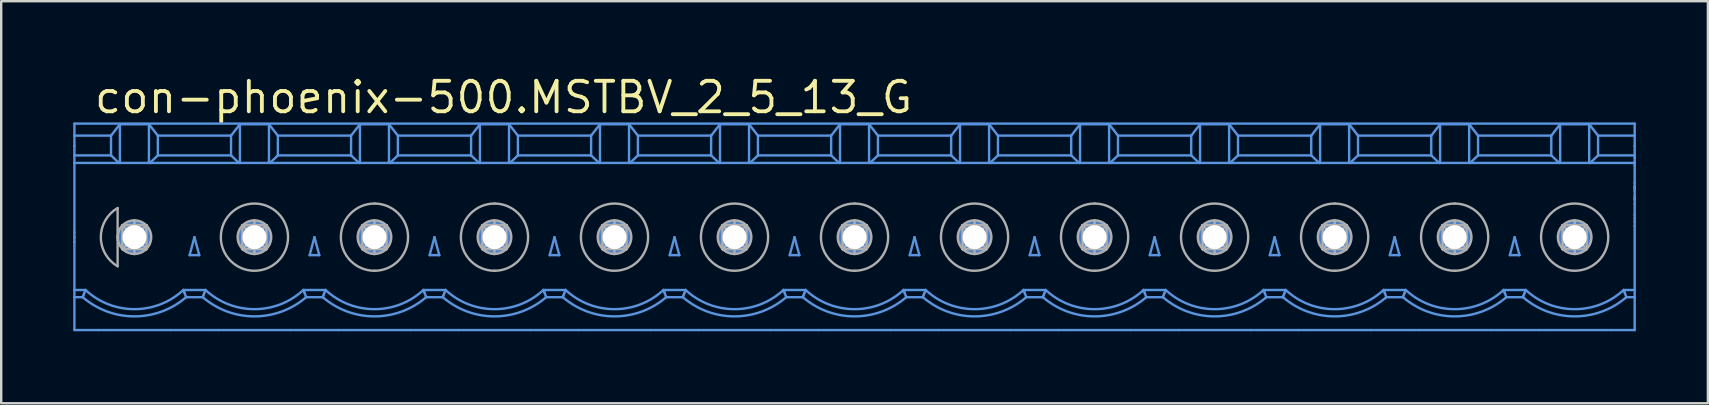
<source format=kicad_pcb>
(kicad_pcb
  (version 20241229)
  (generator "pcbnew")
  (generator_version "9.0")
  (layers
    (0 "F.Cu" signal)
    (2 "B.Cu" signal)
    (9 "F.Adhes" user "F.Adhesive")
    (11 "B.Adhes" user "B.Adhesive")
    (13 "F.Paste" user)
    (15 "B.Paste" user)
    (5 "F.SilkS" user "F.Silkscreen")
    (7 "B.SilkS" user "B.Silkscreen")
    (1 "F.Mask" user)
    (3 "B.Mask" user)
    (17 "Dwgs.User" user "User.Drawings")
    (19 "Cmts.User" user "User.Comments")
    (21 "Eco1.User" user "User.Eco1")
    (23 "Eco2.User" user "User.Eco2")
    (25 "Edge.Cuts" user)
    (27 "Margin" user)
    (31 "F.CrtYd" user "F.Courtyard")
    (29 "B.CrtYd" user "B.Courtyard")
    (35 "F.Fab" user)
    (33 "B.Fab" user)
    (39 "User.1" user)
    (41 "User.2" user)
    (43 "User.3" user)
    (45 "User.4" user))
  (footprint "con-phoenix-500.MSTBV_2_5_13_G"
    (layer "F.Cu")
    (at 32.55 6.83)
    (property "Reference" "con-phoenix-500.MSTBV_2_5_13_G" (at -31.75 -5.08 0) (layer "F.SilkS") (effects (font (size 1.27 1.27) (thickness 0.16)) (justify left bottom)))
    (attr through_hole)
    (fp_line (start -32.5 -4.23) (end -32.5 -4.73) (stroke (width 0.1) (type default)) (layer "Cmts.User"))
    (fp_line (start -32.5 -4.23) (end -32.5 -3.8) (stroke (width 0.1) (type default)) (layer "Cmts.User"))
    (fp_line (start -32.5 -4.23) (end -30.975 -4.23) (stroke (width 0.1) (type default)) (layer "Cmts.User"))
    (fp_line (start -32.5 -3.8) (end -32.5 -3.405) (stroke (width 0.1) (type default)) (layer "Cmts.User"))
    (fp_line (start -32.5 -3.405) (end -32.5 -3.093) (stroke (width 0.1) (type default)) (layer "Cmts.User"))
    (fp_line (start -32.5 -3.405) (end -30.975 -3.405) (stroke (width 0.1) (type default)) (layer "Cmts.User"))
    (fp_line (start -32.5 -3.093) (end -30.644 -3.093) (stroke (width 0.1) (type default)) (layer "Cmts.User"))
    (fp_line (start -32.5 -0.201) (end -32.5 -3.093) (stroke (width 0.1) (type default)) (layer "Cmts.User"))
    (fp_line (start -32.5 -0.201) (end -32.5 -0.00005) (stroke (width 0.1) (type default)) (layer "Cmts.User"))
    (fp_line (start -32.5 -0.00005) (end -32.5 0.201) (stroke (width 0.1) (type default)) (layer "Cmts.User"))
    (fp_line (start -32.5 2.2) (end -32.5 0.201) (stroke (width 0.1) (type default)) (layer "Cmts.User"))
    (fp_line (start -32.5 2.2) (end -32.04 2.2) (stroke (width 0.1) (type default)) (layer "Cmts.User"))
    (fp_line (start -32.5 2.5) (end -32.5 2.2) (stroke (width 0.1) (type default)) (layer "Cmts.User"))
    (fp_line (start -32.5 2.5) (end -32.154 2.5) (stroke (width 0.1) (type default)) (layer "Cmts.User"))
    (fp_line (start -32.5 3.87) (end -32.5 2.5) (stroke (width 0.1) (type default)) (layer "Cmts.User"))
    (fp_line (start -32.126 2.424) (end -32.154 2.5) (stroke (width 0.1) (type default)) (layer "Cmts.User"))
    (fp_line (start -32.098 2.35) (end -32.126 2.424) (stroke (width 0.1) (type default)) (layer "Cmts.User"))
    (fp_line (start -31.5 3.87) (end -32.5 3.87) (stroke (width 0.1) (type default)) (layer "Cmts.User"))
    (fp_line (start -30.975 -4.23) (end -30.975 -3.405) (stroke (width 0.1) (type default)) (layer "Cmts.User"))
    (fp_line (start -30.644 -3.093) (end -30.975 -3.405) (stroke (width 0.1) (type default)) (layer "Cmts.User"))
    (fp_line (start -30.605 -4.703) (end -30.975 -4.23) (stroke (width 0.1) (type default)) (layer "Cmts.User"))
    (fp_line (start -30.605 -4.703) (end -30.605 -3.093) (stroke (width 0.1) (type default)) (layer "Cmts.User"))
    (fp_line (start -30.605 -3.093) (end -30.644 -3.093) (stroke (width 0.1) (type default)) (layer "Cmts.User"))
    (fp_line (start -29.395 -4.703) (end -30.605 -4.703) (stroke (width 0.1) (type default)) (layer "Cmts.User"))
    (fp_line (start -29.395 -3.093) (end -30.605 -3.093) (stroke (width 0.1) (type default)) (layer "Cmts.User"))
    (fp_line (start -29.395 -3.093) (end -29.395 -4.703) (stroke (width 0.1) (type default)) (layer "Cmts.User"))
    (fp_line (start -29.356 -3.093) (end -29.395 -3.093) (stroke (width 0.1) (type default)) (layer "Cmts.User"))
    (fp_line (start -29.356 -3.093) (end -25.644 -3.093) (stroke (width 0.1) (type default)) (layer "Cmts.User"))
    (fp_line (start -29.025 -4.23) (end -29.395 -4.703) (stroke (width 0.1) (type default)) (layer "Cmts.User"))
    (fp_line (start -29.025 -4.23) (end -29.025 -3.405) (stroke (width 0.1) (type default)) (layer "Cmts.User"))
    (fp_line (start -29.025 -4.23) (end -25.975 -4.23) (stroke (width 0.1) (type default)) (layer "Cmts.User"))
    (fp_line (start -29.025 -3.405) (end -29.356 -3.093) (stroke (width 0.1) (type default)) (layer "Cmts.User"))
    (fp_line (start -29.025 -3.405) (end -25.975 -3.405) (stroke (width 0.1) (type default)) (layer "Cmts.User"))
    (fp_line (start -28.5 3.87) (end -31.5 3.87) (stroke (width 0.1) (type default)) (layer "Cmts.User"))
    (fp_line (start -27.96 2.2) (end -27.04 2.2) (stroke (width 0.1) (type default)) (layer "Cmts.User"))
    (fp_line (start -27.931 2.275) (end -27.96 2.2) (stroke (width 0.1) (type default)) (layer "Cmts.User"))
    (fp_line (start -27.902 2.35) (end -27.931 2.275) (stroke (width 0.1) (type default)) (layer "Cmts.User"))
    (fp_line (start -27.846 2.5) (end -27.154 2.5) (stroke (width 0.1) (type default)) (layer "Cmts.User"))
    (fp_line (start -27.5 -0.00005) (end -27.701 0.75) (stroke (width 0.1) (type default)) (layer "Cmts.User"))
    (fp_line (start -27.5 -0.00005) (end -27.299 0.75) (stroke (width 0.1) (type default)) (layer "Cmts.User"))
    (fp_line (start -27.299 0.75) (end -27.701 0.75) (stroke (width 0.1) (type default)) (layer "Cmts.User"))
    (fp_line (start -27.126 2.424) (end -27.154 2.5) (stroke (width 0.1) (type default)) (layer "Cmts.User"))
    (fp_line (start -27.098 2.35) (end -27.126 2.424) (stroke (width 0.1) (type default)) (layer "Cmts.User"))
    (fp_line (start -26.5 3.87) (end -28.5 3.87) (stroke (width 0.1) (type default)) (layer "Cmts.User"))
    (fp_line (start -25.975 -4.23) (end -25.975 -3.405) (stroke (width 0.1) (type default)) (layer "Cmts.User"))
    (fp_line (start -25.644 -3.093) (end -25.975 -3.405) (stroke (width 0.1) (type default)) (layer "Cmts.User"))
    (fp_line (start -25.605 -4.703) (end -25.975 -4.23) (stroke (width 0.1) (type default)) (layer "Cmts.User"))
    (fp_line (start -25.605 -4.703) (end -25.605 -3.093) (stroke (width 0.1) (type default)) (layer "Cmts.User"))
    (fp_line (start -25.605 -3.093) (end -25.644 -3.093) (stroke (width 0.1) (type default)) (layer "Cmts.User"))
    (fp_line (start -24.395 -4.703) (end -25.605 -4.703) (stroke (width 0.1) (type default)) (layer "Cmts.User"))
    (fp_line (start -24.395 -3.093) (end -25.605 -3.093) (stroke (width 0.1) (type default)) (layer "Cmts.User"))
    (fp_line (start -24.395 -3.093) (end -24.395 -4.703) (stroke (width 0.1) (type default)) (layer "Cmts.User"))
    (fp_line (start -24.356 -3.093) (end -24.395 -3.093) (stroke (width 0.1) (type default)) (layer "Cmts.User"))
    (fp_line (start -24.356 -3.093) (end -20.644 -3.093) (stroke (width 0.1) (type default)) (layer "Cmts.User"))
    (fp_line (start -24.025 -4.23) (end -24.395 -4.703) (stroke (width 0.1) (type default)) (layer "Cmts.User"))
    (fp_line (start -24.025 -4.23) (end -24.025 -3.405) (stroke (width 0.1) (type default)) (layer "Cmts.User"))
    (fp_line (start -24.025 -4.23) (end -20.975 -4.23) (stroke (width 0.1) (type default)) (layer "Cmts.User"))
    (fp_line (start -24.025 -3.405) (end -24.356 -3.093) (stroke (width 0.1) (type default)) (layer "Cmts.User"))
    (fp_line (start -24.025 -3.405) (end -20.975 -3.405) (stroke (width 0.1) (type default)) (layer "Cmts.User"))
    (fp_line (start -23.5 3.87) (end -26.5 3.87) (stroke (width 0.1) (type default)) (layer "Cmts.User"))
    (fp_line (start -22.96 2.2) (end -22.04 2.2) (stroke (width 0.1) (type default)) (layer "Cmts.User"))
    (fp_line (start -22.931 2.275) (end -22.96 2.2) (stroke (width 0.1) (type default)) (layer "Cmts.User"))
    (fp_line (start -22.902 2.35) (end -22.931 2.275) (stroke (width 0.1) (type default)) (layer "Cmts.User"))
    (fp_line (start -22.846 2.5) (end -22.154 2.5) (stroke (width 0.1) (type default)) (layer "Cmts.User"))
    (fp_line (start -22.5 -0.00005) (end -22.701 0.75) (stroke (width 0.1) (type default)) (layer "Cmts.User"))
    (fp_line (start -22.5 -0.00005) (end -22.299 0.75) (stroke (width 0.1) (type default)) (layer "Cmts.User"))
    (fp_line (start -22.299 0.75) (end -22.701 0.75) (stroke (width 0.1) (type default)) (layer "Cmts.User"))
    (fp_line (start -22.126 2.424) (end -22.154 2.5) (stroke (width 0.1) (type default)) (layer "Cmts.User"))
    (fp_line (start -22.098 2.35) (end -22.126 2.424) (stroke (width 0.1) (type default)) (layer "Cmts.User"))
    (fp_line (start -21.5 3.87) (end -23.5 3.87) (stroke (width 0.1) (type default)) (layer "Cmts.User"))
    (fp_line (start -20.975 -4.23) (end -20.975 -3.405) (stroke (width 0.1) (type default)) (layer "Cmts.User"))
    (fp_line (start -20.644 -3.093) (end -20.975 -3.405) (stroke (width 0.1) (type default)) (layer "Cmts.User"))
    (fp_line (start -20.605 -4.703) (end -20.975 -4.23) (stroke (width 0.1) (type default)) (layer "Cmts.User"))
    (fp_line (start -20.605 -4.703) (end -20.605 -3.093) (stroke (width 0.1) (type default)) (layer "Cmts.User"))
    (fp_line (start -20.605 -3.093) (end -20.644 -3.093) (stroke (width 0.1) (type default)) (layer "Cmts.User"))
    (fp_line (start -19.395 -4.703) (end -20.605 -4.703) (stroke (width 0.1) (type default)) (layer "Cmts.User"))
    (fp_line (start -19.395 -3.093) (end -20.605 -3.093) (stroke (width 0.1) (type default)) (layer "Cmts.User"))
    (fp_line (start -19.395 -3.093) (end -19.395 -4.703) (stroke (width 0.1) (type default)) (layer "Cmts.User"))
    (fp_line (start -19.356 -3.093) (end -19.395 -3.093) (stroke (width 0.1) (type default)) (layer "Cmts.User"))
    (fp_line (start -19.356 -3.093) (end -15.644 -3.093) (stroke (width 0.1) (type default)) (layer "Cmts.User"))
    (fp_line (start -19.025 -4.23) (end -19.395 -4.703) (stroke (width 0.1) (type default)) (layer "Cmts.User"))
    (fp_line (start -19.025 -4.23) (end -19.025 -3.405) (stroke (width 0.1) (type default)) (layer "Cmts.User"))
    (fp_line (start -19.025 -4.23) (end -15.975 -4.23) (stroke (width 0.1) (type default)) (layer "Cmts.User"))
    (fp_line (start -19.025 -3.405) (end -19.356 -3.093) (stroke (width 0.1) (type default)) (layer "Cmts.User"))
    (fp_line (start -19.025 -3.405) (end -15.975 -3.405) (stroke (width 0.1) (type default)) (layer "Cmts.User"))
    (fp_line (start -18.5 3.87) (end -21.5 3.87) (stroke (width 0.1) (type default)) (layer "Cmts.User"))
    (fp_line (start -17.96 2.2) (end -17.04 2.2) (stroke (width 0.1) (type default)) (layer "Cmts.User"))
    (fp_line (start -17.931 2.274) (end -17.96 2.2) (stroke (width 0.1) (type default)) (layer "Cmts.User"))
    (fp_line (start -17.902 2.35) (end -17.931 2.274) (stroke (width 0.1) (type default)) (layer "Cmts.User"))
    (fp_line (start -17.846 2.5) (end -17.154 2.5) (stroke (width 0.1) (type default)) (layer "Cmts.User"))
    (fp_line (start -17.5 -0.00005) (end -17.701 0.75) (stroke (width 0.1) (type default)) (layer "Cmts.User"))
    (fp_line (start -17.5 -0.00005) (end -17.299 0.75) (stroke (width 0.1) (type default)) (layer "Cmts.User"))
    (fp_line (start -17.299 0.75) (end -17.701 0.75) (stroke (width 0.1) (type default)) (layer "Cmts.User"))
    (fp_line (start -17.126 2.425) (end -17.154 2.5) (stroke (width 0.1) (type default)) (layer "Cmts.User"))
    (fp_line (start -17.098 2.35) (end -17.126 2.425) (stroke (width 0.1) (type default)) (layer "Cmts.User"))
    (fp_line (start -16.5 3.87) (end -18.5 3.87) (stroke (width 0.1) (type default)) (layer "Cmts.User"))
    (fp_line (start -15.975 -4.23) (end -15.975 -3.405) (stroke (width 0.1) (type default)) (layer "Cmts.User"))
    (fp_line (start -15.644 -3.093) (end -15.975 -3.405) (stroke (width 0.1) (type default)) (layer "Cmts.User"))
    (fp_line (start -15.605 -4.703) (end -15.975 -4.23) (stroke (width 0.1) (type default)) (layer "Cmts.User"))
    (fp_line (start -15.605 -4.703) (end -15.605 -3.093) (stroke (width 0.1) (type default)) (layer "Cmts.User"))
    (fp_line (start -15.605 -3.093) (end -15.644 -3.093) (stroke (width 0.1) (type default)) (layer "Cmts.User"))
    (fp_line (start -14.395 -4.703) (end -15.605 -4.703) (stroke (width 0.1) (type default)) (layer "Cmts.User"))
    (fp_line (start -14.395 -3.093) (end -15.605 -3.093) (stroke (width 0.1) (type default)) (layer "Cmts.User"))
    (fp_line (start -14.395 -3.093) (end -14.395 -4.703) (stroke (width 0.1) (type default)) (layer "Cmts.User"))
    (fp_line (start -14.356 -3.093) (end -14.395 -3.093) (stroke (width 0.1) (type default)) (layer "Cmts.User"))
    (fp_line (start -14.356 -3.093) (end -10.644 -3.093) (stroke (width 0.1) (type default)) (layer "Cmts.User"))
    (fp_line (start -14.025 -4.23) (end -14.395 -4.703) (stroke (width 0.1) (type default)) (layer "Cmts.User"))
    (fp_line (start -14.025 -4.23) (end -14.025 -3.405) (stroke (width 0.1) (type default)) (layer "Cmts.User"))
    (fp_line (start -14.025 -4.23) (end -10.975 -4.23) (stroke (width 0.1) (type default)) (layer "Cmts.User"))
    (fp_line (start -14.025 -3.405) (end -14.356 -3.093) (stroke (width 0.1) (type default)) (layer "Cmts.User"))
    (fp_line (start -14.025 -3.405) (end -10.975 -3.405) (stroke (width 0.1) (type default)) (layer "Cmts.User"))
    (fp_line (start -13.5 3.87) (end -16.5 3.87) (stroke (width 0.1) (type default)) (layer "Cmts.User"))
    (fp_line (start -12.96 2.2) (end -12.04 2.2) (stroke (width 0.1) (type default)) (layer "Cmts.User"))
    (fp_line (start -12.931 2.274) (end -12.96 2.2) (stroke (width 0.1) (type default)) (layer "Cmts.User"))
    (fp_line (start -12.902 2.35) (end -12.931 2.274) (stroke (width 0.1) (type default)) (layer "Cmts.User"))
    (fp_line (start -12.846 2.5) (end -12.154 2.5) (stroke (width 0.1) (type default)) (layer "Cmts.User"))
    (fp_line (start -12.5 -0.00005) (end -12.701 0.75) (stroke (width 0.1) (type default)) (layer "Cmts.User"))
    (fp_line (start -12.5 -0.00005) (end -12.299 0.75) (stroke (width 0.1) (type default)) (layer "Cmts.User"))
    (fp_line (start -12.299 0.75) (end -12.701 0.75) (stroke (width 0.1) (type default)) (layer "Cmts.User"))
    (fp_line (start -12.126 2.425) (end -12.154 2.5) (stroke (width 0.1) (type default)) (layer "Cmts.User"))
    (fp_line (start -12.098 2.35) (end -12.126 2.425) (stroke (width 0.1) (type default)) (layer "Cmts.User"))
    (fp_line (start -11.5 3.87) (end -13.5 3.87) (stroke (width 0.1) (type default)) (layer "Cmts.User"))
    (fp_line (start -10.975 -4.23) (end -10.975 -3.405) (stroke (width 0.1) (type default)) (layer "Cmts.User"))
    (fp_line (start -10.644 -3.093) (end -10.975 -3.405) (stroke (width 0.1) (type default)) (layer "Cmts.User"))
    (fp_line (start -10.605 -4.703) (end -10.975 -4.23) (stroke (width 0.1) (type default)) (layer "Cmts.User"))
    (fp_line (start -10.605 -4.703) (end -10.605 -3.093) (stroke (width 0.1) (type default)) (layer "Cmts.User"))
    (fp_line (start -10.605 -3.093) (end -10.644 -3.093) (stroke (width 0.1) (type default)) (layer "Cmts.User"))
    (fp_line (start -9.395 -4.703) (end -10.605 -4.703) (stroke (width 0.1) (type default)) (layer "Cmts.User"))
    (fp_line (start -9.395 -3.093) (end -10.605 -3.093) (stroke (width 0.1) (type default)) (layer "Cmts.User"))
    (fp_line (start -9.395 -3.093) (end -9.395 -4.703) (stroke (width 0.1) (type default)) (layer "Cmts.User"))
    (fp_line (start -9.356 -3.093) (end -9.395 -3.093) (stroke (width 0.1) (type default)) (layer "Cmts.User"))
    (fp_line (start -9.356 -3.093) (end -5.644 -3.093) (stroke (width 0.1) (type default)) (layer "Cmts.User"))
    (fp_line (start -9.025 -4.23) (end -9.395 -4.703) (stroke (width 0.1) (type default)) (layer "Cmts.User"))
    (fp_line (start -9.025 -4.23) (end -9.025 -3.405) (stroke (width 0.1) (type default)) (layer "Cmts.User"))
    (fp_line (start -9.025 -4.23) (end -5.975 -4.23) (stroke (width 0.1) (type default)) (layer "Cmts.User"))
    (fp_line (start -9.025 -3.405) (end -9.356 -3.093) (stroke (width 0.1) (type default)) (layer "Cmts.User"))
    (fp_line (start -9.025 -3.405) (end -5.975 -3.405) (stroke (width 0.1) (type default)) (layer "Cmts.User"))
    (fp_line (start -8.5 3.87) (end -11.5 3.87) (stroke (width 0.1) (type default)) (layer "Cmts.User"))
    (fp_line (start -7.96 2.2) (end -7.04 2.2) (stroke (width 0.1) (type default)) (layer "Cmts.User"))
    (fp_line (start -7.931 2.275) (end -7.96 2.2) (stroke (width 0.1) (type default)) (layer "Cmts.User"))
    (fp_line (start -7.902 2.35) (end -7.931 2.275) (stroke (width 0.1) (type default)) (layer "Cmts.User"))
    (fp_line (start -7.846 2.5) (end -7.154 2.5) (stroke (width 0.1) (type default)) (layer "Cmts.User"))
    (fp_line (start -7.5 -0.00005) (end -7.701 0.75) (stroke (width 0.1) (type default)) (layer "Cmts.User"))
    (fp_line (start -7.5 -0.00005) (end -7.299 0.75) (stroke (width 0.1) (type default)) (layer "Cmts.User"))
    (fp_line (start -7.299 0.75) (end -7.701 0.75) (stroke (width 0.1) (type default)) (layer "Cmts.User"))
    (fp_line (start -7.126 2.425) (end -7.154 2.5) (stroke (width 0.1) (type default)) (layer "Cmts.User"))
    (fp_line (start -7.098 2.35) (end -7.126 2.425) (stroke (width 0.1) (type default)) (layer "Cmts.User"))
    (fp_line (start -6.5 3.87) (end -8.5 3.87) (stroke (width 0.1) (type default)) (layer "Cmts.User"))
    (fp_line (start -5.975 -4.23) (end -5.975 -3.405) (stroke (width 0.1) (type default)) (layer "Cmts.User"))
    (fp_line (start -5.644 -3.093) (end -5.975 -3.405) (stroke (width 0.1) (type default)) (layer "Cmts.User"))
    (fp_line (start -5.605 -4.703) (end -5.975 -4.23) (stroke (width 0.1) (type default)) (layer "Cmts.User"))
    (fp_line (start -5.605 -4.703) (end -5.605 -3.093) (stroke (width 0.1) (type default)) (layer "Cmts.User"))
    (fp_line (start -5.605 -3.093) (end -5.644 -3.093) (stroke (width 0.1) (type default)) (layer "Cmts.User"))
    (fp_line (start -4.395 -4.703) (end -5.605 -4.703) (stroke (width 0.1) (type default)) (layer "Cmts.User"))
    (fp_line (start -4.395 -3.093) (end -5.605 -3.093) (stroke (width 0.1) (type default)) (layer "Cmts.User"))
    (fp_line (start -4.395 -3.093) (end -4.395 -4.703) (stroke (width 0.1) (type default)) (layer "Cmts.User"))
    (fp_line (start -4.356 -3.093) (end -4.395 -3.093) (stroke (width 0.1) (type default)) (layer "Cmts.User"))
    (fp_line (start -4.356 -3.093) (end -0.644 -3.093) (stroke (width 0.1) (type default)) (layer "Cmts.User"))
    (fp_line (start -4.025 -4.23) (end -4.395 -4.703) (stroke (width 0.1) (type default)) (layer "Cmts.User"))
    (fp_line (start -4.025 -4.23) (end -4.025 -3.405) (stroke (width 0.1) (type default)) (layer "Cmts.User"))
    (fp_line (start -4.025 -4.23) (end -0.975 -4.23) (stroke (width 0.1) (type default)) (layer "Cmts.User"))
    (fp_line (start -4.025 -3.405) (end -4.356 -3.093) (stroke (width 0.1) (type default)) (layer "Cmts.User"))
    (fp_line (start -4.025 -3.405) (end -0.975 -3.405) (stroke (width 0.1) (type default)) (layer "Cmts.User"))
    (fp_line (start -3.5 3.87) (end -6.5 3.87) (stroke (width 0.1) (type default)) (layer "Cmts.User"))
    (fp_line (start -2.96 2.2) (end -2.04 2.2) (stroke (width 0.1) (type default)) (layer "Cmts.User"))
    (fp_line (start -2.931 2.274) (end -2.96 2.2) (stroke (width 0.1) (type default)) (layer "Cmts.User"))
    (fp_line (start -2.902 2.35) (end -2.931 2.274) (stroke (width 0.1) (type default)) (layer "Cmts.User"))
    (fp_line (start -2.846 2.5) (end -2.154 2.5) (stroke (width 0.1) (type default)) (layer "Cmts.User"))
    (fp_line (start -2.5 -0.00005) (end -2.701 0.75) (stroke (width 0.1) (type default)) (layer "Cmts.User"))
    (fp_line (start -2.5 -0.00005) (end -2.299 0.75) (stroke (width 0.1) (type default)) (layer "Cmts.User"))
    (fp_line (start -2.299 0.75) (end -2.701 0.75) (stroke (width 0.1) (type default)) (layer "Cmts.User"))
    (fp_line (start -2.126 2.425) (end -2.154 2.5) (stroke (width 0.1) (type default)) (layer "Cmts.User"))
    (fp_line (start -2.098 2.35) (end -2.126 2.425) (stroke (width 0.1) (type default)) (layer "Cmts.User"))
    (fp_line (start -1.5 3.87) (end -3.5 3.87) (stroke (width 0.1) (type default)) (layer "Cmts.User"))
    (fp_line (start -0.975 -4.23) (end -0.975 -3.405) (stroke (width 0.1) (type default)) (layer "Cmts.User"))
    (fp_line (start -0.644 -3.093) (end -0.975 -3.405) (stroke (width 0.1) (type default)) (layer "Cmts.User"))
    (fp_line (start -0.605 -4.703) (end -0.975 -4.23) (stroke (width 0.1) (type default)) (layer "Cmts.User"))
    (fp_line (start -0.605 -4.703) (end -0.605 -3.093) (stroke (width 0.1) (type default)) (layer "Cmts.User"))
    (fp_line (start -0.605 -3.093) (end -0.644 -3.093) (stroke (width 0.1) (type default)) (layer "Cmts.User"))
    (fp_line (start 0.605 -4.703) (end -0.605 -4.703) (stroke (width 0.1) (type default)) (layer "Cmts.User"))
    (fp_line (start 0.605 -3.093) (end -0.605 -3.093) (stroke (width 0.1) (type default)) (layer "Cmts.User"))
    (fp_line (start 0.605 -3.093) (end 0.605 -4.703) (stroke (width 0.1) (type default)) (layer "Cmts.User"))
    (fp_line (start 0.644 -3.093) (end 0.605 -3.093) (stroke (width 0.1) (type default)) (layer "Cmts.User"))
    (fp_line (start 0.644 -3.093) (end 4.356 -3.093) (stroke (width 0.1) (type default)) (layer "Cmts.User"))
    (fp_line (start 0.975 -4.23) (end 0.605 -4.703) (stroke (width 0.1) (type default)) (layer "Cmts.User"))
    (fp_line (start 0.975 -4.23) (end 0.975 -3.405) (stroke (width 0.1) (type default)) (layer "Cmts.User"))
    (fp_line (start 0.975 -4.23) (end 4.025 -4.23) (stroke (width 0.1) (type default)) (layer "Cmts.User"))
    (fp_line (start 0.975 -3.405) (end 0.644 -3.093) (stroke (width 0.1) (type default)) (layer "Cmts.User"))
    (fp_line (start 0.975 -3.405) (end 4.025 -3.405) (stroke (width 0.1) (type default)) (layer "Cmts.User"))
    (fp_line (start 1.5 3.87) (end -1.5 3.87) (stroke (width 0.1) (type default)) (layer "Cmts.User"))
    (fp_line (start 2.04 2.2) (end 2.96 2.2) (stroke (width 0.1) (type default)) (layer "Cmts.User"))
    (fp_line (start 2.069 2.275) (end 2.04 2.2) (stroke (width 0.1) (type default)) (layer "Cmts.User"))
    (fp_line (start 2.098 2.35) (end 2.069 2.275) (stroke (width 0.1) (type default)) (layer "Cmts.User"))
    (fp_line (start 2.154 2.5) (end 2.846 2.5) (stroke (width 0.1) (type default)) (layer "Cmts.User"))
    (fp_line (start 2.5 -0.00005) (end 2.299 0.75) (stroke (width 0.1) (type default)) (layer "Cmts.User"))
    (fp_line (start 2.5 -0.00005) (end 2.701 0.75) (stroke (width 0.1) (type default)) (layer "Cmts.User"))
    (fp_line (start 2.701 0.75) (end 2.299 0.75) (stroke (width 0.1) (type default)) (layer "Cmts.User"))
    (fp_line (start 2.874 2.424) (end 2.846 2.5) (stroke (width 0.1) (type default)) (layer "Cmts.User"))
    (fp_line (start 2.902 2.35) (end 2.874 2.424) (stroke (width 0.1) (type default)) (layer "Cmts.User"))
    (fp_line (start 3.5 3.87) (end 1.5 3.87) (stroke (width 0.1) (type default)) (layer "Cmts.User"))
    (fp_line (start 4.025 -4.23) (end 4.025 -3.405) (stroke (width 0.1) (type default)) (layer "Cmts.User"))
    (fp_line (start 4.356 -3.093) (end 4.025 -3.405) (stroke (width 0.1) (type default)) (layer "Cmts.User"))
    (fp_line (start 4.395 -4.703) (end 4.025 -4.23) (stroke (width 0.1) (type default)) (layer "Cmts.User"))
    (fp_line (start 4.395 -4.703) (end 4.395 -3.093) (stroke (width 0.1) (type default)) (layer "Cmts.User"))
    (fp_line (start 4.395 -3.093) (end 4.356 -3.093) (stroke (width 0.1) (type default)) (layer "Cmts.User"))
    (fp_line (start 5.605 -4.703) (end 4.395 -4.703) (stroke (width 0.1) (type default)) (layer "Cmts.User"))
    (fp_line (start 5.605 -3.093) (end 4.395 -3.093) (stroke (width 0.1) (type default)) (layer "Cmts.User"))
    (fp_line (start 5.605 -3.093) (end 5.605 -4.703) (stroke (width 0.1) (type default)) (layer "Cmts.User"))
    (fp_line (start 5.644 -3.093) (end 5.605 -3.093) (stroke (width 0.1) (type default)) (layer "Cmts.User"))
    (fp_line (start 5.644 -3.093) (end 9.356 -3.093) (stroke (width 0.1) (type default)) (layer "Cmts.User"))
    (fp_line (start 5.975 -4.23) (end 5.605 -4.703) (stroke (width 0.1) (type default)) (layer "Cmts.User"))
    (fp_line (start 5.975 -4.23) (end 5.975 -3.405) (stroke (width 0.1) (type default)) (layer "Cmts.User"))
    (fp_line (start 5.975 -4.23) (end 9.025 -4.23) (stroke (width 0.1) (type default)) (layer "Cmts.User"))
    (fp_line (start 5.975 -3.405) (end 5.644 -3.093) (stroke (width 0.1) (type default)) (layer "Cmts.User"))
    (fp_line (start 5.975 -3.405) (end 9.025 -3.405) (stroke (width 0.1) (type default)) (layer "Cmts.User"))
    (fp_line (start 6.5 3.87) (end 3.5 3.87) (stroke (width 0.1) (type default)) (layer "Cmts.User"))
    (fp_line (start 7.04 2.2) (end 7.96 2.2) (stroke (width 0.1) (type default)) (layer "Cmts.User"))
    (fp_line (start 7.069 2.275) (end 7.04 2.2) (stroke (width 0.1) (type default)) (layer "Cmts.User"))
    (fp_line (start 7.098 2.35) (end 7.069 2.275) (stroke (width 0.1) (type default)) (layer "Cmts.User"))
    (fp_line (start 7.154 2.5) (end 7.846 2.5) (stroke (width 0.1) (type default)) (layer "Cmts.User"))
    (fp_line (start 7.5 -0.00005) (end 7.299 0.75) (stroke (width 0.1) (type default)) (layer "Cmts.User"))
    (fp_line (start 7.5 -0.00005) (end 7.701 0.75) (stroke (width 0.1) (type default)) (layer "Cmts.User"))
    (fp_line (start 7.701 0.75) (end 7.299 0.75) (stroke (width 0.1) (type default)) (layer "Cmts.User"))
    (fp_line (start 7.874 2.425) (end 7.846 2.5) (stroke (width 0.1) (type default)) (layer "Cmts.User"))
    (fp_line (start 7.902 2.35) (end 7.874 2.425) (stroke (width 0.1) (type default)) (layer "Cmts.User"))
    (fp_line (start 8.5 3.87) (end 6.5 3.87) (stroke (width 0.1) (type default)) (layer "Cmts.User"))
    (fp_line (start 9.025 -4.23) (end 9.025 -3.405) (stroke (width 0.1) (type default)) (layer "Cmts.User"))
    (fp_line (start 9.356 -3.093) (end 9.025 -3.405) (stroke (width 0.1) (type default)) (layer "Cmts.User"))
    (fp_line (start 9.395 -4.703) (end 9.025 -4.23) (stroke (width 0.1) (type default)) (layer "Cmts.User"))
    (fp_line (start 9.395 -4.703) (end 9.395 -3.093) (stroke (width 0.1) (type default)) (layer "Cmts.User"))
    (fp_line (start 9.395 -3.093) (end 9.356 -3.093) (stroke (width 0.1) (type default)) (layer "Cmts.User"))
    (fp_line (start 10.605 -4.703) (end 9.395 -4.703) (stroke (width 0.1) (type default)) (layer "Cmts.User"))
    (fp_line (start 10.605 -3.093) (end 9.395 -3.093) (stroke (width 0.1) (type default)) (layer "Cmts.User"))
    (fp_line (start 10.605 -3.093) (end 10.605 -4.703) (stroke (width 0.1) (type default)) (layer "Cmts.User"))
    (fp_line (start 10.644 -3.093) (end 10.605 -3.093) (stroke (width 0.1) (type default)) (layer "Cmts.User"))
    (fp_line (start 10.644 -3.093) (end 14.356 -3.093) (stroke (width 0.1) (type default)) (layer "Cmts.User"))
    (fp_line (start 10.975 -4.23) (end 10.605 -4.703) (stroke (width 0.1) (type default)) (layer "Cmts.User"))
    (fp_line (start 10.975 -4.23) (end 10.975 -3.405) (stroke (width 0.1) (type default)) (layer "Cmts.User"))
    (fp_line (start 10.975 -4.23) (end 14.025 -4.23) (stroke (width 0.1) (type default)) (layer "Cmts.User"))
    (fp_line (start 10.975 -3.405) (end 10.644 -3.093) (stroke (width 0.1) (type default)) (layer "Cmts.User"))
    (fp_line (start 10.975 -3.405) (end 14.025 -3.405) (stroke (width 0.1) (type default)) (layer "Cmts.User"))
    (fp_line (start 11.5 3.87) (end 8.5 3.87) (stroke (width 0.1) (type default)) (layer "Cmts.User"))
    (fp_line (start 12.04 2.2) (end 12.96 2.2) (stroke (width 0.1) (type default)) (layer "Cmts.User"))
    (fp_line (start 12.069 2.274) (end 12.04 2.2) (stroke (width 0.1) (type default)) (layer "Cmts.User"))
    (fp_line (start 12.098 2.35) (end 12.069 2.274) (stroke (width 0.1) (type default)) (layer "Cmts.User"))
    (fp_line (start 12.154 2.5) (end 12.846 2.5) (stroke (width 0.1) (type default)) (layer "Cmts.User"))
    (fp_line (start 12.5 -0.00005) (end 12.299 0.75) (stroke (width 0.1) (type default)) (layer "Cmts.User"))
    (fp_line (start 12.5 -0.00005) (end 12.701 0.75) (stroke (width 0.1) (type default)) (layer "Cmts.User"))
    (fp_line (start 12.701 0.75) (end 12.299 0.75) (stroke (width 0.1) (type default)) (layer "Cmts.User"))
    (fp_line (start 12.874 2.424) (end 12.846 2.5) (stroke (width 0.1) (type default)) (layer "Cmts.User"))
    (fp_line (start 12.902 2.35) (end 12.874 2.424) (stroke (width 0.1) (type default)) (layer "Cmts.User"))
    (fp_line (start 13.5 3.87) (end 11.5 3.87) (stroke (width 0.1) (type default)) (layer "Cmts.User"))
    (fp_line (start 14.025 -4.23) (end 14.025 -3.405) (stroke (width 0.1) (type default)) (layer "Cmts.User"))
    (fp_line (start 14.356 -3.093) (end 14.025 -3.405) (stroke (width 0.1) (type default)) (layer "Cmts.User"))
    (fp_line (start 14.395 -4.703) (end 14.025 -4.23) (stroke (width 0.1) (type default)) (layer "Cmts.User"))
    (fp_line (start 14.395 -4.703) (end 14.395 -3.093) (stroke (width 0.1) (type default)) (layer "Cmts.User"))
    (fp_line (start 14.395 -3.093) (end 14.356 -3.093) (stroke (width 0.1) (type default)) (layer "Cmts.User"))
    (fp_line (start 15.605 -4.703) (end 14.395 -4.703) (stroke (width 0.1) (type default)) (layer "Cmts.User"))
    (fp_line (start 15.605 -3.093) (end 14.395 -3.093) (stroke (width 0.1) (type default)) (layer "Cmts.User"))
    (fp_line (start 15.605 -3.093) (end 15.605 -4.703) (stroke (width 0.1) (type default)) (layer "Cmts.User"))
    (fp_line (start 15.644 -3.093) (end 15.605 -3.093) (stroke (width 0.1) (type default)) (layer "Cmts.User"))
    (fp_line (start 15.644 -3.093) (end 19.356 -3.093) (stroke (width 0.1) (type default)) (layer "Cmts.User"))
    (fp_line (start 15.975 -4.23) (end 15.605 -4.703) (stroke (width 0.1) (type default)) (layer "Cmts.User"))
    (fp_line (start 15.975 -4.23) (end 15.975 -3.405) (stroke (width 0.1) (type default)) (layer "Cmts.User"))
    (fp_line (start 15.975 -4.23) (end 19.025 -4.23) (stroke (width 0.1) (type default)) (layer "Cmts.User"))
    (fp_line (start 15.975 -3.405) (end 15.644 -3.093) (stroke (width 0.1) (type default)) (layer "Cmts.User"))
    (fp_line (start 15.975 -3.405) (end 19.025 -3.405) (stroke (width 0.1) (type default)) (layer "Cmts.User"))
    (fp_line (start 16.5 3.87) (end 13.5 3.87) (stroke (width 0.1) (type default)) (layer "Cmts.User"))
    (fp_line (start 17.04 2.2) (end 17.96 2.2) (stroke (width 0.1) (type default)) (layer "Cmts.User"))
    (fp_line (start 17.069 2.275) (end 17.04 2.2) (stroke (width 0.1) (type default)) (layer "Cmts.User"))
    (fp_line (start 17.098 2.35) (end 17.069 2.275) (stroke (width 0.1) (type default)) (layer "Cmts.User"))
    (fp_line (start 17.154 2.5) (end 17.846 2.5) (stroke (width 0.1) (type default)) (layer "Cmts.User"))
    (fp_line (start 17.5 -0.00005) (end 17.299 0.75) (stroke (width 0.1) (type default)) (layer "Cmts.User"))
    (fp_line (start 17.5 -0.00005) (end 17.701 0.75) (stroke (width 0.1) (type default)) (layer "Cmts.User"))
    (fp_line (start 17.701 0.75) (end 17.299 0.75) (stroke (width 0.1) (type default)) (layer "Cmts.User"))
    (fp_line (start 17.874 2.424) (end 17.846 2.5) (stroke (width 0.1) (type default)) (layer "Cmts.User"))
    (fp_line (start 17.902 2.35) (end 17.874 2.424) (stroke (width 0.1) (type default)) (layer "Cmts.User"))
    (fp_line (start 18.5 3.87) (end 16.5 3.87) (stroke (width 0.1) (type default)) (layer "Cmts.User"))
    (fp_line (start 19.025 -4.23) (end 19.025 -3.405) (stroke (width 0.1) (type default)) (layer "Cmts.User"))
    (fp_line (start 19.356 -3.093) (end 19.025 -3.405) (stroke (width 0.1) (type default)) (layer "Cmts.User"))
    (fp_line (start 19.395 -4.703) (end 19.025 -4.23) (stroke (width 0.1) (type default)) (layer "Cmts.User"))
    (fp_line (start 19.395 -4.703) (end 19.395 -3.093) (stroke (width 0.1) (type default)) (layer "Cmts.User"))
    (fp_line (start 19.395 -3.093) (end 19.356 -3.093) (stroke (width 0.1) (type default)) (layer "Cmts.User"))
    (fp_line (start 20.605 -4.703) (end 19.395 -4.703) (stroke (width 0.1) (type default)) (layer "Cmts.User"))
    (fp_line (start 20.605 -3.093) (end 19.395 -3.093) (stroke (width 0.1) (type default)) (layer "Cmts.User"))
    (fp_line (start 20.605 -3.093) (end 20.605 -4.703) (stroke (width 0.1) (type default)) (layer "Cmts.User"))
    (fp_line (start 20.644 -3.093) (end 20.605 -3.093) (stroke (width 0.1) (type default)) (layer "Cmts.User"))
    (fp_line (start 20.644 -3.093) (end 24.356 -3.093) (stroke (width 0.1) (type default)) (layer "Cmts.User"))
    (fp_line (start 20.975 -4.23) (end 20.605 -4.703) (stroke (width 0.1) (type default)) (layer "Cmts.User"))
    (fp_line (start 20.975 -4.23) (end 20.975 -3.405) (stroke (width 0.1) (type default)) (layer "Cmts.User"))
    (fp_line (start 20.975 -4.23) (end 24.025 -4.23) (stroke (width 0.1) (type default)) (layer "Cmts.User"))
    (fp_line (start 20.975 -3.405) (end 20.644 -3.093) (stroke (width 0.1) (type default)) (layer "Cmts.User"))
    (fp_line (start 20.975 -3.405) (end 24.025 -3.405) (stroke (width 0.1) (type default)) (layer "Cmts.User"))
    (fp_line (start 21.5 3.87) (end 18.5 3.87) (stroke (width 0.1) (type default)) (layer "Cmts.User"))
    (fp_line (start 22.04 2.2) (end 22.96 2.2) (stroke (width 0.1) (type default)) (layer "Cmts.User"))
    (fp_line (start 22.069 2.275) (end 22.04 2.2) (stroke (width 0.1) (type default)) (layer "Cmts.User"))
    (fp_line (start 22.098 2.35) (end 22.069 2.275) (stroke (width 0.1) (type default)) (layer "Cmts.User"))
    (fp_line (start 22.154 2.5) (end 22.846 2.5) (stroke (width 0.1) (type default)) (layer "Cmts.User"))
    (fp_line (start 22.5 -0.00005) (end 22.299 0.75) (stroke (width 0.1) (type default)) (layer "Cmts.User"))
    (fp_line (start 22.5 -0.00005) (end 22.701 0.75) (stroke (width 0.1) (type default)) (layer "Cmts.User"))
    (fp_line (start 22.701 0.75) (end 22.299 0.75) (stroke (width 0.1) (type default)) (layer "Cmts.User"))
    (fp_line (start 22.874 2.424) (end 22.846 2.5) (stroke (width 0.1) (type default)) (layer "Cmts.User"))
    (fp_line (start 22.902 2.35) (end 22.874 2.424) (stroke (width 0.1) (type default)) (layer "Cmts.User"))
    (fp_line (start 23.5 3.87) (end 21.5 3.87) (stroke (width 0.1) (type default)) (layer "Cmts.User"))
    (fp_line (start 23.5 3.87) (end 26.5 3.87) (stroke (width 0.1) (type default)) (layer "Cmts.User"))
    (fp_line (start 24.025 -4.23) (end 24.025 -3.405) (stroke (width 0.1) (type default)) (layer "Cmts.User"))
    (fp_line (start 24.356 -3.093) (end 24.025 -3.405) (stroke (width 0.1) (type default)) (layer "Cmts.User"))
    (fp_line (start 24.395 -4.703) (end 24.025 -4.23) (stroke (width 0.1) (type default)) (layer "Cmts.User"))
    (fp_line (start 24.395 -4.703) (end 24.395 -3.093) (stroke (width 0.1) (type default)) (layer "Cmts.User"))
    (fp_line (start 24.395 -3.093) (end 24.356 -3.093) (stroke (width 0.1) (type default)) (layer "Cmts.User"))
    (fp_line (start 25.605 -4.703) (end 24.395 -4.703) (stroke (width 0.1) (type default)) (layer "Cmts.User"))
    (fp_line (start 25.605 -3.093) (end 24.395 -3.093) (stroke (width 0.1) (type default)) (layer "Cmts.User"))
    (fp_line (start 25.605 -3.093) (end 25.605 -4.703) (stroke (width 0.1) (type default)) (layer "Cmts.User"))
    (fp_line (start 25.644 -3.093) (end 25.605 -3.093) (stroke (width 0.1) (type default)) (layer "Cmts.User"))
    (fp_line (start 25.975 -4.23) (end 25.605 -4.703) (stroke (width 0.1) (type default)) (layer "Cmts.User"))
    (fp_line (start 25.975 -4.23) (end 25.975 -3.405) (stroke (width 0.1) (type default)) (layer "Cmts.User"))
    (fp_line (start 25.975 -4.23) (end 29.025 -4.23) (stroke (width 0.1) (type default)) (layer "Cmts.User"))
    (fp_line (start 25.975 -3.405) (end 25.644 -3.093) (stroke (width 0.1) (type default)) (layer "Cmts.User"))
    (fp_line (start 25.975 -3.405) (end 29.025 -3.405) (stroke (width 0.1) (type default)) (layer "Cmts.User"))
    (fp_line (start 27.04 2.2) (end 27.96 2.2) (stroke (width 0.1) (type default)) (layer "Cmts.User"))
    (fp_line (start 27.069 2.275) (end 27.04 2.2) (stroke (width 0.1) (type default)) (layer "Cmts.User"))
    (fp_line (start 27.098 2.35) (end 27.069 2.275) (stroke (width 0.1) (type default)) (layer "Cmts.User"))
    (fp_line (start 27.154 2.5) (end 27.846 2.5) (stroke (width 0.1) (type default)) (layer "Cmts.User"))
    (fp_line (start 27.299 0.75) (end 27.701 0.75) (stroke (width 0.1) (type default)) (layer "Cmts.User"))
    (fp_line (start 27.5 -0.00005) (end 27.299 0.75) (stroke (width 0.1) (type default)) (layer "Cmts.User"))
    (fp_line (start 27.5 -0.00005) (end 27.701 0.75) (stroke (width 0.1) (type default)) (layer "Cmts.User"))
    (fp_line (start 27.874 2.424) (end 27.846 2.5) (stroke (width 0.1) (type default)) (layer "Cmts.User"))
    (fp_line (start 27.902 2.35) (end 27.874 2.424) (stroke (width 0.1) (type default)) (layer "Cmts.User"))
    (fp_line (start 28.5 3.87) (end 26.5 3.87) (stroke (width 0.1) (type default)) (layer "Cmts.User"))
    (fp_line (start 29.025 -4.23) (end 29.025 -3.405) (stroke (width 0.1) (type default)) (layer "Cmts.User"))
    (fp_line (start 29.356 -3.093) (end 25.644 -3.093) (stroke (width 0.1) (type default)) (layer "Cmts.User"))
    (fp_line (start 29.356 -3.093) (end 29.025 -3.405) (stroke (width 0.1) (type default)) (layer "Cmts.User"))
    (fp_line (start 29.395 -4.703) (end 29.025 -4.23) (stroke (width 0.1) (type default)) (layer "Cmts.User"))
    (fp_line (start 29.395 -4.703) (end 29.395 -3.093) (stroke (width 0.1) (type default)) (layer "Cmts.User"))
    (fp_line (start 29.395 -3.093) (end 29.356 -3.093) (stroke (width 0.1) (type default)) (layer "Cmts.User"))
    (fp_line (start 30.605 -4.703) (end 29.395 -4.703) (stroke (width 0.1) (type default)) (layer "Cmts.User"))
    (fp_line (start 30.605 -4.703) (end 30.975 -4.23) (stroke (width 0.1) (type default)) (layer "Cmts.User"))
    (fp_line (start 30.605 -3.093) (end 29.395 -3.093) (stroke (width 0.1) (type default)) (layer "Cmts.User"))
    (fp_line (start 30.605 -3.093) (end 30.605 -4.703) (stroke (width 0.1) (type default)) (layer "Cmts.User"))
    (fp_line (start 30.644 -3.093) (end 30.605 -3.093) (stroke (width 0.1) (type default)) (layer "Cmts.User"))
    (fp_line (start 30.975 -4.23) (end 30.975 -3.405) (stroke (width 0.1) (type default)) (layer "Cmts.User"))
    (fp_line (start 30.975 -4.23) (end 32.5 -4.23) (stroke (width 0.1) (type default)) (layer "Cmts.User"))
    (fp_line (start 30.975 -3.405) (end 30.644 -3.093) (stroke (width 0.1) (type default)) (layer "Cmts.User"))
    (fp_line (start 30.975 -3.405) (end 32.5 -3.405) (stroke (width 0.1) (type default)) (layer "Cmts.User"))
    (fp_line (start 31.5 3.87) (end 28.5 3.87) (stroke (width 0.1) (type default)) (layer "Cmts.User"))
    (fp_line (start 32.04 2.2) (end 32.5 2.2) (stroke (width 0.1) (type default)) (layer "Cmts.User"))
    (fp_line (start 32.069 2.274) (end 32.04 2.2) (stroke (width 0.1) (type default)) (layer "Cmts.User"))
    (fp_line (start 32.098 2.35) (end 32.069 2.274) (stroke (width 0.1) (type default)) (layer "Cmts.User"))
    (fp_line (start 32.154 2.5) (end 32.5 2.5) (stroke (width 0.1) (type default)) (layer "Cmts.User"))
    (fp_line (start 32.5 -4.73) (end -32.5 -4.73) (stroke (width 0.1) (type default)) (layer "Cmts.User"))
    (fp_line (start 32.5 -4.23) (end 32.5 -4.73) (stroke (width 0.1) (type default)) (layer "Cmts.User"))
    (fp_line (start 32.5 -3.8) (end 32.5 -4.23) (stroke (width 0.1) (type default)) (layer "Cmts.User"))
    (fp_line (start 32.5 -3.405) (end 32.5 -3.8) (stroke (width 0.1) (type default)) (layer "Cmts.User"))
    (fp_line (start 32.5 -3.3) (end 32.5 -3.405) (stroke (width 0.1) (type default)) (layer "Cmts.User"))
    (fp_line (start 32.5 -3.1) (end 32.5 -3.3) (stroke (width 0.1) (type default)) (layer "Cmts.User"))
    (fp_line (start 32.5 -3.093) (end 30.644 -3.093) (stroke (width 0.1) (type default)) (layer "Cmts.User"))
    (fp_line (start 32.5 -3.093) (end 32.5 -3.1) (stroke (width 0.1) (type default)) (layer "Cmts.User"))
    (fp_line (start 32.5 -2.993) (end 32.5 -3.093) (stroke (width 0.1) (type default)) (layer "Cmts.User"))
    (fp_line (start 32.5 -2.257) (end 32.5 -2.993) (stroke (width 0.1) (type default)) (layer "Cmts.User"))
    (fp_line (start 32.5 -2.09) (end 32.5 -2.257) (stroke (width 0.1) (type default)) (layer "Cmts.User"))
    (fp_line (start 32.5 -2.078) (end 32.5 -2.09) (stroke (width 0.1) (type default)) (layer "Cmts.User"))
    (fp_line (start 32.5 -2.04) (end 32.5 -2.078) (stroke (width 0.1) (type default)) (layer "Cmts.User"))
    (fp_line (start 32.5 -2.012) (end 32.5 -2.04) (stroke (width 0.1) (type default)) (layer "Cmts.User"))
    (fp_line (start 32.5 -1.927) (end 32.5 -2.012) (stroke (width 0.1) (type default)) (layer "Cmts.User"))
    (fp_line (start 32.5 -1.718) (end 32.5 -1.927) (stroke (width 0.1) (type default)) (layer "Cmts.User"))
    (fp_line (start 32.5 -1.633) (end 32.5 -1.718) (stroke (width 0.1) (type default)) (layer "Cmts.User"))
    (fp_line (start 32.5 -1.606) (end 32.5 -1.633) (stroke (width 0.1) (type default)) (layer "Cmts.User"))
    (fp_line (start 32.5 -1.568) (end 32.5 -1.606) (stroke (width 0.1) (type default)) (layer "Cmts.User"))
    (fp_line (start 32.5 -1.389) (end 32.5 -1.568) (stroke (width 0.1) (type default)) (layer "Cmts.User"))
    (fp_line (start 32.5 -0.925) (end 32.5 -1.389) (stroke (width 0.1) (type default)) (layer "Cmts.User"))
    (fp_line (start 32.5 -0.775) (end 32.5 -0.925) (stroke (width 0.1) (type default)) (layer "Cmts.User"))
    (fp_line (start 32.5 -0.65) (end 32.5 -0.775) (stroke (width 0.1) (type default)) (layer "Cmts.User"))
    (fp_line (start 32.5 -0.45) (end 32.5 -0.65) (stroke (width 0.1) (type default)) (layer "Cmts.User"))
    (fp_line (start 32.5 2.2) (end 32.5 -0.45) (stroke (width 0.1) (type default)) (layer "Cmts.User"))
    (fp_line (start 32.5 2.5) (end 32.5 2.2) (stroke (width 0.1) (type default)) (layer "Cmts.User"))
    (fp_line (start 32.5 3.87) (end 31.5 3.87) (stroke (width 0.1) (type default)) (layer "Cmts.User"))
    (fp_line (start 32.5 3.87) (end 32.5 2.5) (stroke (width 0.1) (type default)) (layer "Cmts.User"))
    (fp_arc (start -32.097609 2.349931) (mid -32.068786 2.274872) (end -32.039606 2.19995) (stroke (width 0.1) (type default)) (layer "Cmts.User"))
    (fp_arc (start -27.960394 2.19995) (mid -30 2.999949) (end -32.039606 2.19995) (stroke (width 0.1) (type default)) (layer "Cmts.User"))
    (fp_arc (start -27.902391 2.349931) (mid -27.873999 2.424879) (end -27.845934 2.49995) (stroke (width 0.1) (type default)) (layer "Cmts.User"))
    (fp_arc (start -27.845934 2.49995) (mid -30 3.29995) (end -32.154066 2.49995) (stroke (width 0.1) (type default)) (layer "Cmts.User"))
    (fp_arc (start -27.097609 2.349931) (mid -27.068786 2.274872) (end -27.039606 2.19995) (stroke (width 0.1) (type default)) (layer "Cmts.User"))
    (fp_arc (start -22.960394 2.19995) (mid -25 2.999949) (end -27.039606 2.19995) (stroke (width 0.1) (type default)) (layer "Cmts.User"))
    (fp_arc (start -22.902391 2.349931) (mid -22.873999 2.424879) (end -22.845934 2.49995) (stroke (width 0.1) (type default)) (layer "Cmts.User"))
    (fp_arc (start -22.845934 2.49995) (mid -25 3.29995) (end -27.154066 2.49995) (stroke (width 0.1) (type default)) (layer "Cmts.User"))
    (fp_arc (start -22.097609 2.349931) (mid -22.068786 2.274872) (end -22.039606 2.19995) (stroke (width 0.1) (type default)) (layer "Cmts.User"))
    (fp_arc (start -17.960394 2.19995) (mid -20 2.999949) (end -22.039606 2.19995) (stroke (width 0.1) (type default)) (layer "Cmts.User"))
    (fp_arc (start -17.902391 2.349931) (mid -17.873999 2.424879) (end -17.845934 2.49995) (stroke (width 0.1) (type default)) (layer "Cmts.User"))
    (fp_arc (start -17.845934 2.49995) (mid -20 3.29995) (end -22.154066 2.49995) (stroke (width 0.1) (type default)) (layer "Cmts.User"))
    (fp_arc (start -17.097609 2.349931) (mid -17.068786 2.274872) (end -17.039606 2.19995) (stroke (width 0.1) (type default)) (layer "Cmts.User"))
    (fp_arc (start -12.960394 2.19995) (mid -15 2.999949) (end -17.039606 2.19995) (stroke (width 0.1) (type default)) (layer "Cmts.User"))
    (fp_arc (start -12.902391 2.349931) (mid -12.873999 2.424879) (end -12.845934 2.49995) (stroke (width 0.1) (type default)) (layer "Cmts.User"))
    (fp_arc (start -12.845934 2.49995) (mid -15 3.29995) (end -17.154066 2.49995) (stroke (width 0.1) (type default)) (layer "Cmts.User"))
    (fp_arc (start -12.097609 2.349931) (mid -12.068786 2.274872) (end -12.039606 2.19995) (stroke (width 0.1) (type default)) (layer "Cmts.User"))
    (fp_arc (start -7.960394 2.19995) (mid -10 2.999949) (end -12.039606 2.19995) (stroke (width 0.1) (type default)) (layer "Cmts.User"))
    (fp_arc (start -7.902391 2.349931) (mid -7.873999 2.424879) (end -7.845934 2.49995) (stroke (width 0.1) (type default)) (layer "Cmts.User"))
    (fp_arc (start -7.845934 2.49995) (mid -10 3.29995) (end -12.154066 2.49995) (stroke (width 0.1) (type default)) (layer "Cmts.User"))
    (fp_arc (start -7.097609 2.349931) (mid -7.068786 2.274872) (end -7.039606 2.19995) (stroke (width 0.1) (type default)) (layer "Cmts.User"))
    (fp_arc (start -2.960394 2.19995) (mid -5 2.999949) (end -7.039606 2.19995) (stroke (width 0.1) (type default)) (layer "Cmts.User"))
    (fp_arc (start -2.902391 2.349931) (mid -2.873999 2.424879) (end -2.845934 2.49995) (stroke (width 0.1) (type default)) (layer "Cmts.User"))
    (fp_arc (start -2.845934 2.49995) (mid -5 3.29995) (end -7.154066 2.49995) (stroke (width 0.1) (type default)) (layer "Cmts.User"))
    (fp_arc (start -2.097609 2.349931) (mid -2.068786 2.274872) (end -2.039606 2.19995) (stroke (width 0.1) (type default)) (layer "Cmts.User"))
    (fp_arc (start 2.039606 2.19995) (mid 0 2.999949) (end -2.039606 2.19995) (stroke (width 0.1) (type default)) (layer "Cmts.User"))
    (fp_arc (start 2.097609 2.349931) (mid 2.126001 2.424879) (end 2.154066 2.49995) (stroke (width 0.1) (type default)) (layer "Cmts.User"))
    (fp_arc (start 2.154066 2.49995) (mid 0 3.29995) (end -2.154066 2.49995) (stroke (width 0.1) (type default)) (layer "Cmts.User"))
    (fp_arc (start 2.902391 2.349931) (mid 2.931214 2.274872) (end 2.960394 2.19995) (stroke (width 0.1) (type default)) (layer "Cmts.User"))
    (fp_arc (start 7.039606 2.19995) (mid 5 2.999949) (end 2.960394 2.19995) (stroke (width 0.1) (type default)) (layer "Cmts.User"))
    (fp_arc (start 7.097609 2.349931) (mid 7.126001 2.424879) (end 7.154066 2.49995) (stroke (width 0.1) (type default)) (layer "Cmts.User"))
    (fp_arc (start 7.154066 2.49995) (mid 5 3.29995) (end 2.845934 2.49995) (stroke (width 0.1) (type default)) (layer "Cmts.User"))
    (fp_arc (start 7.902391 2.349931) (mid 7.931214 2.274872) (end 7.960394 2.19995) (stroke (width 0.1) (type default)) (layer "Cmts.User"))
    (fp_arc (start 12.039606 2.19995) (mid 10 2.999949) (end 7.960394 2.19995) (stroke (width 0.1) (type default)) (layer "Cmts.User"))
    (fp_arc (start 12.097609 2.349931) (mid 12.126001 2.424879) (end 12.154066 2.49995) (stroke (width 0.1) (type default)) (layer "Cmts.User"))
    (fp_arc (start 12.154066 2.49995) (mid 10 3.29995) (end 7.845934 2.49995) (stroke (width 0.1) (type default)) (layer "Cmts.User"))
    (fp_arc (start 12.902391 2.349931) (mid 12.931214 2.274872) (end 12.960394 2.19995) (stroke (width 0.1) (type default)) (layer "Cmts.User"))
    (fp_arc (start 17.039606 2.19995) (mid 15 2.999949) (end 12.960394 2.19995) (stroke (width 0.1) (type default)) (layer "Cmts.User"))
    (fp_arc (start 17.097609 2.349931) (mid 17.126001 2.424879) (end 17.154066 2.49995) (stroke (width 0.1) (type default)) (layer "Cmts.User"))
    (fp_arc (start 17.154066 2.49995) (mid 15 3.29995) (end 12.845934 2.49995) (stroke (width 0.1) (type default)) (layer "Cmts.User"))
    (fp_arc (start 17.902391 2.349931) (mid 17.931214 2.274872) (end 17.960394 2.19995) (stroke (width 0.1) (type default)) (layer "Cmts.User"))
    (fp_arc (start 22.039606 2.19995) (mid 20 2.999949) (end 17.960394 2.19995) (stroke (width 0.1) (type default)) (layer "Cmts.User"))
    (fp_arc (start 22.097609 2.349931) (mid 22.126001 2.424879) (end 22.154066 2.49995) (stroke (width 0.1) (type default)) (layer "Cmts.User"))
    (fp_arc (start 22.154066 2.49995) (mid 20 3.29995) (end 17.845934 2.49995) (stroke (width 0.1) (type default)) (layer "Cmts.User"))
    (fp_arc (start 22.902391 2.349931) (mid 22.931214 2.274872) (end 22.960394 2.19995) (stroke (width 0.1) (type default)) (layer "Cmts.User"))
    (fp_arc (start 27.039606 2.19995) (mid 25 2.999949) (end 22.960394 2.19995) (stroke (width 0.1) (type default)) (layer "Cmts.User"))
    (fp_arc (start 27.097609 2.349931) (mid 27.126001 2.424879) (end 27.154066 2.49995) (stroke (width 0.1) (type default)) (layer "Cmts.User"))
    (fp_arc (start 27.154066 2.49995) (mid 25 3.29995) (end 22.845934 2.49995) (stroke (width 0.1) (type default)) (layer "Cmts.User"))
    (fp_arc (start 27.902391 2.349931) (mid 27.931214 2.274872) (end 27.960394 2.19995) (stroke (width 0.1) (type default)) (layer "Cmts.User"))
    (fp_arc (start 32.039606 2.19995) (mid 30 2.999949) (end 27.960394 2.19995) (stroke (width 0.1) (type default)) (layer "Cmts.User"))
    (fp_arc (start 32.097609 2.349931) (mid 32.126001 2.424879) (end 32.154066 2.49995) (stroke (width 0.1) (type default)) (layer "Cmts.User"))
    (fp_arc (start 32.154066 2.49995) (mid 30 3.29995) (end 27.845934 2.49995) (stroke (width 0.1) (type default)) (layer "Cmts.User"))
    (fp_line (start -30.7 -0.00005) (end -30.7 -1.212) (stroke (width 0.1) (type default)) (layer "F.Fab"))
    (fp_line (start -30.7 1.212) (end -30.7 -0.00005) (stroke (width 0.1) (type default)) (layer "F.Fab"))
    (fp_line (start -30.5 -0.5) (end -30.49 -0.5) (stroke (width 0.1) (type default)) (layer "F.Fab"))
    (fp_line (start -30.5 -0.49) (end -30.5 -0.5) (stroke (width 0.1) (type default)) (layer "F.Fab"))
    (fp_line (start -30.5 -0.49) (end -30.5 0.49) (stroke (width 0.1) (type default)) (layer "F.Fab"))
    (fp_line (start -30.5 0.49) (end -30.5 0.5) (stroke (width 0.1) (type default)) (layer "F.Fab"))
    (fp_line (start -30.5 0.5) (end -30.495 0.495) (stroke (width 0.1) (type default)) (layer "F.Fab"))
    (fp_line (start -30.495 -0.495) (end -30.5 -0.5) (stroke (width 0.1) (type default)) (layer "F.Fab"))
    (fp_line (start -30.495 0.495) (end -30.232 0.232) (stroke (width 0.1) (type default)) (layer "F.Fab"))
    (fp_line (start -30.49 -0.5) (end -30.393 -0.5) (stroke (width 0.1) (type default)) (layer "F.Fab"))
    (fp_line (start -30.49 0.5) (end -30.5 0.5) (stroke (width 0.1) (type default)) (layer "F.Fab"))
    (fp_line (start -30.49 0.5) (end -30.393 0.5) (stroke (width 0.1) (type default)) (layer "F.Fab"))
    (fp_line (start -30.393 -0.5) (end -30 -0.5) (stroke (width 0.1) (type default)) (layer "F.Fab"))
    (fp_line (start -30.393 0.5) (end -30 0.5) (stroke (width 0.1) (type default)) (layer "F.Fab"))
    (fp_line (start -30.232 -0.232) (end -30.495 -0.495) (stroke (width 0.1) (type default)) (layer "F.Fab"))
    (fp_line (start -30.232 -0.232) (end -30.232 0.232) (stroke (width 0.1) (type default)) (layer "F.Fab"))
    (fp_line (start -30.232 -0.232) (end -30.125 -0.232) (stroke (width 0.1) (type default)) (layer "F.Fab"))
    (fp_line (start -30.125 -0.232) (end -30 -0.232) (stroke (width 0.1) (type default)) (layer "F.Fab"))
    (fp_line (start -30.125 0.232) (end -30.232 0.232) (stroke (width 0.1) (type default)) (layer "F.Fab"))
    (fp_line (start -30 -0.7) (end -30 -0.5) (stroke (width 0.1) (type default)) (layer "F.Fab"))
    (fp_line (start -30 -0.5) (end -30 -0.232) (stroke (width 0.1) (type default)) (layer "F.Fab"))
    (fp_line (start -30 -0.5) (end -29.51 -0.5) (stroke (width 0.1) (type default)) (layer "F.Fab"))
    (fp_line (start -30 0.232) (end -30.125 0.232) (stroke (width 0.1) (type default)) (layer "F.Fab"))
    (fp_line (start -30 0.232) (end -29.768 0.232) (stroke (width 0.1) (type default)) (layer "F.Fab"))
    (fp_line (start -30 0.5) (end -30 0.232) (stroke (width 0.1) (type default)) (layer "F.Fab"))
    (fp_line (start -30 0.5) (end -30 0.7) (stroke (width 0.1) (type default)) (layer "F.Fab"))
    (fp_line (start -29.768 -0.232) (end -30 -0.232) (stroke (width 0.1) (type default)) (layer "F.Fab"))
    (fp_line (start -29.768 -0.232) (end -29.505 -0.495) (stroke (width 0.1) (type default)) (layer "F.Fab"))
    (fp_line (start -29.768 0.232) (end -29.768 -0.232) (stroke (width 0.1) (type default)) (layer "F.Fab"))
    (fp_line (start -29.51 -0.5) (end -29.5 -0.5) (stroke (width 0.1) (type default)) (layer "F.Fab"))
    (fp_line (start -29.51 0.5) (end -30 0.5) (stroke (width 0.1) (type default)) (layer "F.Fab"))
    (fp_line (start -29.51 0.5) (end -29.5 0.5) (stroke (width 0.1) (type default)) (layer "F.Fab"))
    (fp_line (start -29.505 -0.495) (end -29.5 -0.5) (stroke (width 0.1) (type default)) (layer "F.Fab"))
    (fp_line (start -29.505 0.495) (end -29.768 0.232) (stroke (width 0.1) (type default)) (layer "F.Fab"))
    (fp_line (start -29.5 -0.49) (end -29.5 -0.5) (stroke (width 0.1) (type default)) (layer "F.Fab"))
    (fp_line (start -29.5 0.49) (end -29.5 -0.49) (stroke (width 0.1) (type default)) (layer "F.Fab"))
    (fp_line (start -29.5 0.5) (end -29.505 0.495) (stroke (width 0.1) (type default)) (layer "F.Fab"))
    (fp_line (start -29.5 0.5) (end -29.5 0.49) (stroke (width 0.1) (type default)) (layer "F.Fab"))
    (fp_line (start -25.5 -0.5) (end -25.495 -0.495) (stroke (width 0.1) (type default)) (layer "F.Fab"))
    (fp_line (start -25.5 -0.5) (end -25.49 -0.5) (stroke (width 0.1) (type default)) (layer "F.Fab"))
    (fp_line (start -25.5 -0.49) (end -25.5 -0.5) (stroke (width 0.1) (type default)) (layer "F.Fab"))
    (fp_line (start -25.5 -0.49) (end -25.5 0.49) (stroke (width 0.1) (type default)) (layer "F.Fab"))
    (fp_line (start -25.5 0.5) (end -25.5 0.49) (stroke (width 0.1) (type default)) (layer "F.Fab"))
    (fp_line (start -25.5 0.5) (end -25.49 0.5) (stroke (width 0.1) (type default)) (layer "F.Fab"))
    (fp_line (start -25.495 -0.495) (end -25.232 -0.232) (stroke (width 0.1) (type default)) (layer "F.Fab"))
    (fp_line (start -25.495 0.495) (end -25.5 0.5) (stroke (width 0.1) (type default)) (layer "F.Fab"))
    (fp_line (start -25.49 -0.5) (end -25 -0.5) (stroke (width 0.1) (type default)) (layer "F.Fab"))
    (fp_line (start -25.49 0.5) (end -25 0.5) (stroke (width 0.1) (type default)) (layer "F.Fab"))
    (fp_line (start -25.232 -0.232) (end -25 -0.232) (stroke (width 0.1) (type default)) (layer "F.Fab"))
    (fp_line (start -25.232 0.232) (end -25.495 0.495) (stroke (width 0.1) (type default)) (layer "F.Fab"))
    (fp_line (start -25.232 0.232) (end -25.232 -0.232) (stroke (width 0.1) (type default)) (layer "F.Fab"))
    (fp_line (start -25 -0.5) (end -25 -0.7) (stroke (width 0.1) (type default)) (layer "F.Fab"))
    (fp_line (start -25 -0.5) (end -24.51 -0.5) (stroke (width 0.1) (type default)) (layer "F.Fab"))
    (fp_line (start -25 -0.232) (end -25 -0.5) (stroke (width 0.1) (type default)) (layer "F.Fab"))
    (fp_line (start -25 0.232) (end -25.232 0.232) (stroke (width 0.1) (type default)) (layer "F.Fab"))
    (fp_line (start -25 0.232) (end -25 0.5) (stroke (width 0.1) (type default)) (layer "F.Fab"))
    (fp_line (start -25 0.232) (end -24.768 0.232) (stroke (width 0.1) (type default)) (layer "F.Fab"))
    (fp_line (start -25 0.5) (end -24.51 0.5) (stroke (width 0.1) (type default)) (layer "F.Fab"))
    (fp_line (start -25 0.7) (end -25 0.5) (stroke (width 0.1) (type default)) (layer "F.Fab"))
    (fp_line (start -24.768 -0.232) (end -25 -0.232) (stroke (width 0.1) (type default)) (layer "F.Fab"))
    (fp_line (start -24.768 -0.232) (end -24.505 -0.495) (stroke (width 0.1) (type default)) (layer "F.Fab"))
    (fp_line (start -24.768 0.232) (end -24.768 -0.232) (stroke (width 0.1) (type default)) (layer "F.Fab"))
    (fp_line (start -24.51 -0.5) (end -24.5 -0.5) (stroke (width 0.1) (type default)) (layer "F.Fab"))
    (fp_line (start -24.51 0.5) (end -24.5 0.5) (stroke (width 0.1) (type default)) (layer "F.Fab"))
    (fp_line (start -24.505 -0.495) (end -24.5 -0.5) (stroke (width 0.1) (type default)) (layer "F.Fab"))
    (fp_line (start -24.505 0.495) (end -24.768 0.232) (stroke (width 0.1) (type default)) (layer "F.Fab"))
    (fp_line (start -24.5 -0.49) (end -24.5 -0.5) (stroke (width 0.1) (type default)) (layer "F.Fab"))
    (fp_line (start -24.5 0.49) (end -24.5 -0.49) (stroke (width 0.1) (type default)) (layer "F.Fab"))
    (fp_line (start -24.5 0.5) (end -24.505 0.495) (stroke (width 0.1) (type default)) (layer "F.Fab"))
    (fp_line (start -24.5 0.5) (end -24.5 0.49) (stroke (width 0.1) (type default)) (layer "F.Fab"))
    (fp_line (start -20.5 -0.5) (end -20.495 -0.495) (stroke (width 0.1) (type default)) (layer "F.Fab"))
    (fp_line (start -20.5 -0.5) (end -20.49 -0.5) (stroke (width 0.1) (type default)) (layer "F.Fab"))
    (fp_line (start -20.5 -0.49) (end -20.5 -0.5) (stroke (width 0.1) (type default)) (layer "F.Fab"))
    (fp_line (start -20.5 -0.49) (end -20.5 0.49) (stroke (width 0.1) (type default)) (layer "F.Fab"))
    (fp_line (start -20.5 0.5) (end -20.5 0.49) (stroke (width 0.1) (type default)) (layer "F.Fab"))
    (fp_line (start -20.5 0.5) (end -20.49 0.5) (stroke (width 0.1) (type default)) (layer "F.Fab"))
    (fp_line (start -20.495 -0.495) (end -20.232 -0.232) (stroke (width 0.1) (type default)) (layer "F.Fab"))
    (fp_line (start -20.495 0.495) (end -20.5 0.5) (stroke (width 0.1) (type default)) (layer "F.Fab"))
    (fp_line (start -20.49 -0.5) (end -20 -0.5) (stroke (width 0.1) (type default)) (layer "F.Fab"))
    (fp_line (start -20.49 0.5) (end -20 0.5) (stroke (width 0.1) (type default)) (layer "F.Fab"))
    (fp_line (start -20.232 -0.232) (end -20 -0.232) (stroke (width 0.1) (type default)) (layer "F.Fab"))
    (fp_line (start -20.232 0.232) (end -20.495 0.495) (stroke (width 0.1) (type default)) (layer "F.Fab"))
    (fp_line (start -20.232 0.232) (end -20.232 -0.232) (stroke (width 0.1) (type default)) (layer "F.Fab"))
    (fp_line (start -20 -0.7) (end -20 -0.5) (stroke (width 0.1) (type default)) (layer "F.Fab"))
    (fp_line (start -20 -0.5) (end -19.51 -0.5) (stroke (width 0.1) (type default)) (layer "F.Fab"))
    (fp_line (start -20 -0.232) (end -20 -0.5) (stroke (width 0.1) (type default)) (layer "F.Fab"))
    (fp_line (start -20 0.232) (end -20.232 0.232) (stroke (width 0.1) (type default)) (layer "F.Fab"))
    (fp_line (start -20 0.232) (end -20 0.5) (stroke (width 0.1) (type default)) (layer "F.Fab"))
    (fp_line (start -20 0.232) (end -19.768 0.232) (stroke (width 0.1) (type default)) (layer "F.Fab"))
    (fp_line (start -20 0.7) (end -20 0.5) (stroke (width 0.1) (type default)) (layer "F.Fab"))
    (fp_line (start -19.768 -0.232) (end -20 -0.232) (stroke (width 0.1) (type default)) (layer "F.Fab"))
    (fp_line (start -19.768 -0.232) (end -19.768 0.232) (stroke (width 0.1) (type default)) (layer "F.Fab"))
    (fp_line (start -19.768 -0.232) (end -19.505 -0.495) (stroke (width 0.1) (type default)) (layer "F.Fab"))
    (fp_line (start -19.51 -0.5) (end -19.5 -0.5) (stroke (width 0.1) (type default)) (layer "F.Fab"))
    (fp_line (start -19.51 0.5) (end -20 0.5) (stroke (width 0.1) (type default)) (layer "F.Fab"))
    (fp_line (start -19.51 0.5) (end -19.5 0.5) (stroke (width 0.1) (type default)) (layer "F.Fab"))
    (fp_line (start -19.505 -0.495) (end -19.5 -0.5) (stroke (width 0.1) (type default)) (layer "F.Fab"))
    (fp_line (start -19.505 0.495) (end -19.768 0.232) (stroke (width 0.1) (type default)) (layer "F.Fab"))
    (fp_line (start -19.5 -0.49) (end -19.5 -0.5) (stroke (width 0.1) (type default)) (layer "F.Fab"))
    (fp_line (start -19.5 0.49) (end -19.5 -0.49) (stroke (width 0.1) (type default)) (layer "F.Fab"))
    (fp_line (start -19.5 0.5) (end -19.505 0.495) (stroke (width 0.1) (type default)) (layer "F.Fab"))
    (fp_line (start -19.5 0.5) (end -19.5 0.49) (stroke (width 0.1) (type default)) (layer "F.Fab"))
    (fp_line (start -15.5 -0.5) (end -15.495 -0.495) (stroke (width 0.1) (type default)) (layer "F.Fab"))
    (fp_line (start -15.5 -0.5) (end -15.49 -0.5) (stroke (width 0.1) (type default)) (layer "F.Fab"))
    (fp_line (start -15.5 -0.49) (end -15.5 -0.5) (stroke (width 0.1) (type default)) (layer "F.Fab"))
    (fp_line (start -15.5 0.49) (end -15.5 -0.49) (stroke (width 0.1) (type default)) (layer "F.Fab"))
    (fp_line (start -15.5 0.5) (end -15.5 0.49) (stroke (width 0.1) (type default)) (layer "F.Fab"))
    (fp_line (start -15.495 -0.495) (end -15.232 -0.232) (stroke (width 0.1) (type default)) (layer "F.Fab"))
    (fp_line (start -15.495 0.495) (end -15.5 0.5) (stroke (width 0.1) (type default)) (layer "F.Fab"))
    (fp_line (start -15.49 -0.5) (end -15 -0.5) (stroke (width 0.1) (type default)) (layer "F.Fab"))
    (fp_line (start -15.49 0.5) (end -15.5 0.5) (stroke (width 0.1) (type default)) (layer "F.Fab"))
    (fp_line (start -15.232 -0.232) (end -15 -0.232) (stroke (width 0.1) (type default)) (layer "F.Fab"))
    (fp_line (start -15.232 0.232) (end -15.495 0.495) (stroke (width 0.1) (type default)) (layer "F.Fab"))
    (fp_line (start -15.232 0.232) (end -15.232 -0.232) (stroke (width 0.1) (type default)) (layer "F.Fab"))
    (fp_line (start -15.232 0.232) (end -15 0.232) (stroke (width 0.1) (type default)) (layer "F.Fab"))
    (fp_line (start -15 -0.5) (end -15 -0.7) (stroke (width 0.1) (type default)) (layer "F.Fab"))
    (fp_line (start -15 -0.232) (end -15 -0.5) (stroke (width 0.1) (type default)) (layer "F.Fab"))
    (fp_line (start -15 0.232) (end -15 0.5) (stroke (width 0.1) (type default)) (layer "F.Fab"))
    (fp_line (start -15 0.232) (end -14.768 0.232) (stroke (width 0.1) (type default)) (layer "F.Fab"))
    (fp_line (start -15 0.5) (end -15.49 0.5) (stroke (width 0.1) (type default)) (layer "F.Fab"))
    (fp_line (start -15 0.5) (end -14.51 0.5) (stroke (width 0.1) (type default)) (layer "F.Fab"))
    (fp_line (start -15 0.7) (end -15 0.5) (stroke (width 0.1) (type default)) (layer "F.Fab"))
    (fp_line (start -14.768 -0.232) (end -15 -0.232) (stroke (width 0.1) (type default)) (layer "F.Fab"))
    (fp_line (start -14.768 0.232) (end -14.768 -0.232) (stroke (width 0.1) (type default)) (layer "F.Fab"))
    (fp_line (start -14.51 -0.5) (end -15 -0.5) (stroke (width 0.1) (type default)) (layer "F.Fab"))
    (fp_line (start -14.51 -0.5) (end -14.5 -0.5) (stroke (width 0.1) (type default)) (layer "F.Fab"))
    (fp_line (start -14.51 0.5) (end -14.5 0.5) (stroke (width 0.1) (type default)) (layer "F.Fab"))
    (fp_line (start -14.505 -0.495) (end -14.768 -0.232) (stroke (width 0.1) (type default)) (layer "F.Fab"))
    (fp_line (start -14.505 0.495) (end -14.768 0.232) (stroke (width 0.1) (type default)) (layer "F.Fab"))
    (fp_line (start -14.5 -0.5) (end -14.505 -0.495) (stroke (width 0.1) (type default)) (layer "F.Fab"))
    (fp_line (start -14.5 -0.49) (end -14.5 -0.5) (stroke (width 0.1) (type default)) (layer "F.Fab"))
    (fp_line (start -14.5 0.49) (end -14.5 -0.49) (stroke (width 0.1) (type default)) (layer "F.Fab"))
    (fp_line (start -14.5 0.5) (end -14.505 0.495) (stroke (width 0.1) (type default)) (layer "F.Fab"))
    (fp_line (start -14.5 0.5) (end -14.5 0.49) (stroke (width 0.1) (type default)) (layer "F.Fab"))
    (fp_line (start -10.5 -0.5) (end -10.495 -0.495) (stroke (width 0.1) (type default)) (layer "F.Fab"))
    (fp_line (start -10.5 -0.5) (end -10.49 -0.5) (stroke (width 0.1) (type default)) (layer "F.Fab"))
    (fp_line (start -10.5 -0.49) (end -10.5 -0.5) (stroke (width 0.1) (type default)) (layer "F.Fab"))
    (fp_line (start -10.5 0.49) (end -10.5 -0.49) (stroke (width 0.1) (type default)) (layer "F.Fab"))
    (fp_line (start -10.5 0.5) (end -10.5 0.49) (stroke (width 0.1) (type default)) (layer "F.Fab"))
    (fp_line (start -10.495 -0.495) (end -10.232 -0.232) (stroke (width 0.1) (type default)) (layer "F.Fab"))
    (fp_line (start -10.495 0.495) (end -10.5 0.5) (stroke (width 0.1) (type default)) (layer "F.Fab"))
    (fp_line (start -10.49 0.5) (end -10.5 0.5) (stroke (width 0.1) (type default)) (layer "F.Fab"))
    (fp_line (start -10.49 0.5) (end -10 0.5) (stroke (width 0.1) (type default)) (layer "F.Fab"))
    (fp_line (start -10.232 -0.232) (end -10 -0.232) (stroke (width 0.1) (type default)) (layer "F.Fab"))
    (fp_line (start -10.232 0.232) (end -10.495 0.495) (stroke (width 0.1) (type default)) (layer "F.Fab"))
    (fp_line (start -10.232 0.232) (end -10.232 -0.232) (stroke (width 0.1) (type default)) (layer "F.Fab"))
    (fp_line (start -10 -0.7) (end -10 -0.5) (stroke (width 0.1) (type default)) (layer "F.Fab"))
    (fp_line (start -10 -0.5) (end -10.49 -0.5) (stroke (width 0.1) (type default)) (layer "F.Fab"))
    (fp_line (start -10 -0.5) (end -10 -0.232) (stroke (width 0.1) (type default)) (layer "F.Fab"))
    (fp_line (start -10 -0.5) (end -9.51 -0.5) (stroke (width 0.1) (type default)) (layer "F.Fab"))
    (fp_line (start -10 0.232) (end -10.232 0.232) (stroke (width 0.1) (type default)) (layer "F.Fab"))
    (fp_line (start -10 0.232) (end -10 0.5) (stroke (width 0.1) (type default)) (layer "F.Fab"))
    (fp_line (start -10 0.232) (end -9.768 0.232) (stroke (width 0.1) (type default)) (layer "F.Fab"))
    (fp_line (start -10 0.5) (end -10 0.7) (stroke (width 0.1) (type default)) (layer "F.Fab"))
    (fp_line (start -10 0.5) (end -9.51 0.5) (stroke (width 0.1) (type default)) (layer "F.Fab"))
    (fp_line (start -9.768 -0.232) (end -10 -0.232) (stroke (width 0.1) (type default)) (layer "F.Fab"))
    (fp_line (start -9.768 -0.232) (end -9.505 -0.495) (stroke (width 0.1) (type default)) (layer "F.Fab"))
    (fp_line (start -9.768 0.232) (end -9.768 -0.232) (stroke (width 0.1) (type default)) (layer "F.Fab"))
    (fp_line (start -9.51 -0.5) (end -9.5 -0.5) (stroke (width 0.1) (type default)) (layer "F.Fab"))
    (fp_line (start -9.51 0.5) (end -9.5 0.5) (stroke (width 0.1) (type default)) (layer "F.Fab"))
    (fp_line (start -9.505 -0.495) (end -9.5 -0.5) (stroke (width 0.1) (type default)) (layer "F.Fab"))
    (fp_line (start -9.505 0.495) (end -9.768 0.232) (stroke (width 0.1) (type default)) (layer "F.Fab"))
    (fp_line (start -9.5 -0.49) (end -9.5 -0.5) (stroke (width 0.1) (type default)) (layer "F.Fab"))
    (fp_line (start -9.5 -0.49) (end -9.5 0.49) (stroke (width 0.1) (type default)) (layer "F.Fab"))
    (fp_line (start -9.5 0.5) (end -9.505 0.495) (stroke (width 0.1) (type default)) (layer "F.Fab"))
    (fp_line (start -9.5 0.5) (end -9.5 0.49) (stroke (width 0.1) (type default)) (layer "F.Fab"))
    (fp_line (start -5.5 -0.5) (end -5.495 -0.495) (stroke (width 0.1) (type default)) (layer "F.Fab"))
    (fp_line (start -5.5 -0.5) (end -5.49 -0.5) (stroke (width 0.1) (type default)) (layer "F.Fab"))
    (fp_line (start -5.5 -0.49) (end -5.5 -0.5) (stroke (width 0.1) (type default)) (layer "F.Fab"))
    (fp_line (start -5.5 0.49) (end -5.5 -0.49) (stroke (width 0.1) (type default)) (layer "F.Fab"))
    (fp_line (start -5.5 0.5) (end -5.5 0.49) (stroke (width 0.1) (type default)) (layer "F.Fab"))
    (fp_line (start -5.495 -0.495) (end -5.232 -0.232) (stroke (width 0.1) (type default)) (layer "F.Fab"))
    (fp_line (start -5.495 0.495) (end -5.5 0.5) (stroke (width 0.1) (type default)) (layer "F.Fab"))
    (fp_line (start -5.49 0.5) (end -5.5 0.5) (stroke (width 0.1) (type default)) (layer "F.Fab"))
    (fp_line (start -5.49 0.5) (end -5 0.5) (stroke (width 0.1) (type default)) (layer "F.Fab"))
    (fp_line (start -5.232 -0.232) (end -5 -0.232) (stroke (width 0.1) (type default)) (layer "F.Fab"))
    (fp_line (start -5.232 0.232) (end -5.495 0.495) (stroke (width 0.1) (type default)) (layer "F.Fab"))
    (fp_line (start -5.232 0.232) (end -5.232 -0.232) (stroke (width 0.1) (type default)) (layer "F.Fab"))
    (fp_line (start -5 -0.7) (end -5 -0.5) (stroke (width 0.1) (type default)) (layer "F.Fab"))
    (fp_line (start -5 -0.5) (end -5.49 -0.5) (stroke (width 0.1) (type default)) (layer "F.Fab"))
    (fp_line (start -5 -0.5) (end -5 -0.232) (stroke (width 0.1) (type default)) (layer "F.Fab"))
    (fp_line (start -5 -0.5) (end -4.51 -0.5) (stroke (width 0.1) (type default)) (layer "F.Fab"))
    (fp_line (start -5 0.232) (end -5.232 0.232) (stroke (width 0.1) (type default)) (layer "F.Fab"))
    (fp_line (start -5 0.232) (end -5 0.5) (stroke (width 0.1) (type default)) (layer "F.Fab"))
    (fp_line (start -5 0.232) (end -4.768 0.232) (stroke (width 0.1) (type default)) (layer "F.Fab"))
    (fp_line (start -5 0.5) (end -5 0.7) (stroke (width 0.1) (type default)) (layer "F.Fab"))
    (fp_line (start -5 0.5) (end -4.51 0.5) (stroke (width 0.1) (type default)) (layer "F.Fab"))
    (fp_line (start -4.768 -0.232) (end -5 -0.232) (stroke (width 0.1) (type default)) (layer "F.Fab"))
    (fp_line (start -4.768 -0.232) (end -4.505 -0.495) (stroke (width 0.1) (type default)) (layer "F.Fab"))
    (fp_line (start -4.768 0.232) (end -4.768 -0.232) (stroke (width 0.1) (type default)) (layer "F.Fab"))
    (fp_line (start -4.51 -0.5) (end -4.5 -0.5) (stroke (width 0.1) (type default)) (layer "F.Fab"))
    (fp_line (start -4.505 -0.495) (end -4.5 -0.5) (stroke (width 0.1) (type default)) (layer "F.Fab"))
    (fp_line (start -4.505 0.495) (end -4.768 0.232) (stroke (width 0.1) (type default)) (layer "F.Fab"))
    (fp_line (start -4.5 -0.5) (end -4.5 -0.49) (stroke (width 0.1) (type default)) (layer "F.Fab"))
    (fp_line (start -4.5 -0.49) (end -4.5 0.49) (stroke (width 0.1) (type default)) (layer "F.Fab"))
    (fp_line (start -4.5 0.49) (end -4.5 0.5) (stroke (width 0.1) (type default)) (layer "F.Fab"))
    (fp_line (start -4.5 0.5) (end -4.51 0.5) (stroke (width 0.1) (type default)) (layer "F.Fab"))
    (fp_line (start -4.5 0.5) (end -4.505 0.495) (stroke (width 0.1) (type default)) (layer "F.Fab"))
    (fp_line (start -0.5 -0.5) (end -0.495 -0.495) (stroke (width 0.1) (type default)) (layer "F.Fab"))
    (fp_line (start -0.5 -0.5) (end -0.49 -0.5) (stroke (width 0.1) (type default)) (layer "F.Fab"))
    (fp_line (start -0.5 -0.49) (end -0.5 -0.5) (stroke (width 0.1) (type default)) (layer "F.Fab"))
    (fp_line (start -0.5 0.49) (end -0.5 -0.49) (stroke (width 0.1) (type default)) (layer "F.Fab"))
    (fp_line (start -0.5 0.5) (end -0.5 0.49) (stroke (width 0.1) (type default)) (layer "F.Fab"))
    (fp_line (start -0.495 -0.495) (end -0.232 -0.232) (stroke (width 0.1) (type default)) (layer "F.Fab"))
    (fp_line (start -0.495 0.495) (end -0.5 0.5) (stroke (width 0.1) (type default)) (layer "F.Fab"))
    (fp_line (start -0.49 0.5) (end -0.5 0.5) (stroke (width 0.1) (type default)) (layer "F.Fab"))
    (fp_line (start -0.49 0.5) (end 0 0.5) (stroke (width 0.1) (type default)) (layer "F.Fab"))
    (fp_line (start -0.232 -0.232) (end 0 -0.232) (stroke (width 0.1) (type default)) (layer "F.Fab"))
    (fp_line (start -0.232 0.232) (end -0.495 0.495) (stroke (width 0.1) (type default)) (layer "F.Fab"))
    (fp_line (start -0.232 0.232) (end -0.232 -0.232) (stroke (width 0.1) (type default)) (layer "F.Fab"))
    (fp_line (start 0 -0.7) (end 0 -0.5) (stroke (width 0.1) (type default)) (layer "F.Fab"))
    (fp_line (start 0 -0.5) (end -0.49 -0.5) (stroke (width 0.1) (type default)) (layer "F.Fab"))
    (fp_line (start 0 -0.5) (end 0 -0.232) (stroke (width 0.1) (type default)) (layer "F.Fab"))
    (fp_line (start 0 -0.5) (end 0.49 -0.5) (stroke (width 0.1) (type default)) (layer "F.Fab"))
    (fp_line (start 0 -0.232) (end 0.232 -0.232) (stroke (width 0.1) (type default)) (layer "F.Fab"))
    (fp_line (start 0 0.232) (end -0.232 0.232) (stroke (width 0.1) (type default)) (layer "F.Fab"))
    (fp_line (start 0 0.232) (end 0 0.5) (stroke (width 0.1) (type default)) (layer "F.Fab"))
    (fp_line (start 0 0.232) (end 0.232 0.232) (stroke (width 0.1) (type default)) (layer "F.Fab"))
    (fp_line (start 0 0.5) (end 0 0.7) (stroke (width 0.1) (type default)) (layer "F.Fab"))
    (fp_line (start 0 0.5) (end 0.49 0.5) (stroke (width 0.1) (type default)) (layer "F.Fab"))
    (fp_line (start 0.232 -0.232) (end 0.232 0.232) (stroke (width 0.1) (type default)) (layer "F.Fab"))
    (fp_line (start 0.232 -0.232) (end 0.495 -0.495) (stroke (width 0.1) (type default)) (layer "F.Fab"))
    (fp_line (start 0.49 -0.5) (end 0.5 -0.5) (stroke (width 0.1) (type default)) (layer "F.Fab"))
    (fp_line (start 0.49 0.5) (end 0.5 0.5) (stroke (width 0.1) (type default)) (layer "F.Fab"))
    (fp_line (start 0.495 0.495) (end 0.232 0.232) (stroke (width 0.1) (type default)) (layer "F.Fab"))
    (fp_line (start 0.5 -0.5) (end 0.495 -0.495) (stroke (width 0.1) (type default)) (layer "F.Fab"))
    (fp_line (start 0.5 -0.49) (end 0.5 -0.5) (stroke (width 0.1) (type default)) (layer "F.Fab"))
    (fp_line (start 0.5 0.49) (end 0.5 -0.49) (stroke (width 0.1) (type default)) (layer "F.Fab"))
    (fp_line (start 0.5 0.5) (end 0.495 0.495) (stroke (width 0.1) (type default)) (layer "F.Fab"))
    (fp_line (start 0.5 0.5) (end 0.5 0.49) (stroke (width 0.1) (type default)) (layer "F.Fab"))
    (fp_line (start 4.5 -0.5) (end 4.505 -0.495) (stroke (width 0.1) (type default)) (layer "F.Fab"))
    (fp_line (start 4.5 -0.5) (end 4.51 -0.5) (stroke (width 0.1) (type default)) (layer "F.Fab"))
    (fp_line (start 4.5 -0.49) (end 4.5 -0.5) (stroke (width 0.1) (type default)) (layer "F.Fab"))
    (fp_line (start 4.5 0.49) (end 4.5 -0.49) (stroke (width 0.1) (type default)) (layer "F.Fab"))
    (fp_line (start 4.5 0.5) (end 4.5 0.49) (stroke (width 0.1) (type default)) (layer "F.Fab"))
    (fp_line (start 4.505 -0.495) (end 4.768 -0.232) (stroke (width 0.1) (type default)) (layer "F.Fab"))
    (fp_line (start 4.505 0.495) (end 4.5 0.5) (stroke (width 0.1) (type default)) (layer "F.Fab"))
    (fp_line (start 4.51 -0.5) (end 5 -0.5) (stroke (width 0.1) (type default)) (layer "F.Fab"))
    (fp_line (start 4.51 0.5) (end 4.5 0.5) (stroke (width 0.1) (type default)) (layer "F.Fab"))
    (fp_line (start 4.51 0.5) (end 5 0.5) (stroke (width 0.1) (type default)) (layer "F.Fab"))
    (fp_line (start 4.768 -0.232) (end 5 -0.232) (stroke (width 0.1) (type default)) (layer "F.Fab"))
    (fp_line (start 4.768 0.232) (end 4.505 0.495) (stroke (width 0.1) (type default)) (layer "F.Fab"))
    (fp_line (start 4.768 0.232) (end 4.768 -0.232) (stroke (width 0.1) (type default)) (layer "F.Fab"))
    (fp_line (start 5 -0.7) (end 5 -0.5) (stroke (width 0.1) (type default)) (layer "F.Fab"))
    (fp_line (start 5 -0.5) (end 5.49 -0.5) (stroke (width 0.1) (type default)) (layer "F.Fab"))
    (fp_line (start 5 -0.232) (end 5 -0.5) (stroke (width 0.1) (type default)) (layer "F.Fab"))
    (fp_line (start 5 -0.232) (end 5.232 -0.232) (stroke (width 0.1) (type default)) (layer "F.Fab"))
    (fp_line (start 5 0.232) (end 4.768 0.232) (stroke (width 0.1) (type default)) (layer "F.Fab"))
    (fp_line (start 5 0.232) (end 5 0.5) (stroke (width 0.1) (type default)) (layer "F.Fab"))
    (fp_line (start 5 0.232) (end 5.232 0.232) (stroke (width 0.1) (type default)) (layer "F.Fab"))
    (fp_line (start 5 0.5) (end 5 0.7) (stroke (width 0.1) (type default)) (layer "F.Fab"))
    (fp_line (start 5.232 -0.232) (end 5.232 0.232) (stroke (width 0.1) (type default)) (layer "F.Fab"))
    (fp_line (start 5.232 -0.232) (end 5.495 -0.495) (stroke (width 0.1) (type default)) (layer "F.Fab"))
    (fp_line (start 5.49 -0.5) (end 5.5 -0.5) (stroke (width 0.1) (type default)) (layer "F.Fab"))
    (fp_line (start 5.49 0.5) (end 5 0.5) (stroke (width 0.1) (type default)) (layer "F.Fab"))
    (fp_line (start 5.495 -0.495) (end 5.5 -0.5) (stroke (width 0.1) (type default)) (layer "F.Fab"))
    (fp_line (start 5.495 0.495) (end 5.232 0.232) (stroke (width 0.1) (type default)) (layer "F.Fab"))
    (fp_line (start 5.5 -0.49) (end 5.5 -0.5) (stroke (width 0.1) (type default)) (layer "F.Fab"))
    (fp_line (start 5.5 -0.49) (end 5.5 0.49) (stroke (width 0.1) (type default)) (layer "F.Fab"))
    (fp_line (start 5.5 0.49) (end 5.5 0.5) (stroke (width 0.1) (type default)) (layer "F.Fab"))
    (fp_line (start 5.5 0.5) (end 5.49 0.5) (stroke (width 0.1) (type default)) (layer "F.Fab"))
    (fp_line (start 5.5 0.5) (end 5.495 0.495) (stroke (width 0.1) (type default)) (layer "F.Fab"))
    (fp_line (start 9.5 -0.5) (end 9.505 -0.495) (stroke (width 0.1) (type default)) (layer "F.Fab"))
    (fp_line (start 9.5 -0.5) (end 9.51 -0.5) (stroke (width 0.1) (type default)) (layer "F.Fab"))
    (fp_line (start 9.5 -0.49) (end 9.5 -0.5) (stroke (width 0.1) (type default)) (layer "F.Fab"))
    (fp_line (start 9.5 0.49) (end 9.5 -0.49) (stroke (width 0.1) (type default)) (layer "F.Fab"))
    (fp_line (start 9.5 0.5) (end 9.5 0.49) (stroke (width 0.1) (type default)) (layer "F.Fab"))
    (fp_line (start 9.505 -0.495) (end 9.768 -0.232) (stroke (width 0.1) (type default)) (layer "F.Fab"))
    (fp_line (start 9.505 0.495) (end 9.5 0.5) (stroke (width 0.1) (type default)) (layer "F.Fab"))
    (fp_line (start 9.51 0.5) (end 9.5 0.5) (stroke (width 0.1) (type default)) (layer "F.Fab"))
    (fp_line (start 9.51 0.5) (end 10 0.5) (stroke (width 0.1) (type default)) (layer "F.Fab"))
    (fp_line (start 9.768 -0.232) (end 10 -0.232) (stroke (width 0.1) (type default)) (layer "F.Fab"))
    (fp_line (start 9.768 0.232) (end 9.505 0.495) (stroke (width 0.1) (type default)) (layer "F.Fab"))
    (fp_line (start 9.768 0.232) (end 9.768 -0.232) (stroke (width 0.1) (type default)) (layer "F.Fab"))
    (fp_line (start 10 -0.5) (end 9.51 -0.5) (stroke (width 0.1) (type default)) (layer "F.Fab"))
    (fp_line (start 10 -0.5) (end 10 -0.7) (stroke (width 0.1) (type default)) (layer "F.Fab"))
    (fp_line (start 10 -0.5) (end 10 -0.232) (stroke (width 0.1) (type default)) (layer "F.Fab"))
    (fp_line (start 10 -0.5) (end 10.49 -0.5) (stroke (width 0.1) (type default)) (layer "F.Fab"))
    (fp_line (start 10 -0.232) (end 10.232 -0.232) (stroke (width 0.1) (type default)) (layer "F.Fab"))
    (fp_line (start 10 0.232) (end 9.768 0.232) (stroke (width 0.1) (type default)) (layer "F.Fab"))
    (fp_line (start 10 0.232) (end 10 0.5) (stroke (width 0.1) (type default)) (layer "F.Fab"))
    (fp_line (start 10 0.232) (end 10.232 0.232) (stroke (width 0.1) (type default)) (layer "F.Fab"))
    (fp_line (start 10 0.5) (end 10 0.7) (stroke (width 0.1) (type default)) (layer "F.Fab"))
    (fp_line (start 10 0.5) (end 10.49 0.5) (stroke (width 0.1) (type default)) (layer "F.Fab"))
    (fp_line (start 10.232 -0.232) (end 10.232 0.232) (stroke (width 0.1) (type default)) (layer "F.Fab"))
    (fp_line (start 10.232 -0.232) (end 10.495 -0.495) (stroke (width 0.1) (type default)) (layer "F.Fab"))
    (fp_line (start 10.49 -0.5) (end 10.5 -0.5) (stroke (width 0.1) (type default)) (layer "F.Fab"))
    (fp_line (start 10.49 0.5) (end 10.5 0.5) (stroke (width 0.1) (type default)) (layer "F.Fab"))
    (fp_line (start 10.495 0.495) (end 10.232 0.232) (stroke (width 0.1) (type default)) (layer "F.Fab"))
    (fp_line (start 10.5 -0.5) (end 10.495 -0.495) (stroke (width 0.1) (type default)) (layer "F.Fab"))
    (fp_line (start 10.5 -0.49) (end 10.5 -0.5) (stroke (width 0.1) (type default)) (layer "F.Fab"))
    (fp_line (start 10.5 0.49) (end 10.5 -0.49) (stroke (width 0.1) (type default)) (layer "F.Fab"))
    (fp_line (start 10.5 0.5) (end 10.495 0.495) (stroke (width 0.1) (type default)) (layer "F.Fab"))
    (fp_line (start 10.5 0.5) (end 10.5 0.49) (stroke (width 0.1) (type default)) (layer "F.Fab"))
    (fp_line (start 14.5 -0.5) (end 14.505 -0.495) (stroke (width 0.1) (type default)) (layer "F.Fab"))
    (fp_line (start 14.5 -0.5) (end 14.51 -0.5) (stroke (width 0.1) (type default)) (layer "F.Fab"))
    (fp_line (start 14.5 -0.49) (end 14.5 -0.5) (stroke (width 0.1) (type default)) (layer "F.Fab"))
    (fp_line (start 14.5 0.49) (end 14.5 -0.49) (stroke (width 0.1) (type default)) (layer "F.Fab"))
    (fp_line (start 14.5 0.5) (end 14.5 0.49) (stroke (width 0.1) (type default)) (layer "F.Fab"))
    (fp_line (start 14.505 -0.495) (end 14.768 -0.232) (stroke (width 0.1) (type default)) (layer "F.Fab"))
    (fp_line (start 14.505 0.495) (end 14.5 0.5) (stroke (width 0.1) (type default)) (layer "F.Fab"))
    (fp_line (start 14.51 0.5) (end 14.5 0.5) (stroke (width 0.1) (type default)) (layer "F.Fab"))
    (fp_line (start 14.51 0.5) (end 15 0.5) (stroke (width 0.1) (type default)) (layer "F.Fab"))
    (fp_line (start 14.768 -0.232) (end 15 -0.232) (stroke (width 0.1) (type default)) (layer "F.Fab"))
    (fp_line (start 14.768 0.232) (end 14.505 0.495) (stroke (width 0.1) (type default)) (layer "F.Fab"))
    (fp_line (start 14.768 0.232) (end 14.768 -0.232) (stroke (width 0.1) (type default)) (layer "F.Fab"))
    (fp_line (start 15 -0.7) (end 15 -0.5) (stroke (width 0.1) (type default)) (layer "F.Fab"))
    (fp_line (start 15 -0.5) (end 14.51 -0.5) (stroke (width 0.1) (type default)) (layer "F.Fab"))
    (fp_line (start 15 -0.5) (end 15 -0.232) (stroke (width 0.1) (type default)) (layer "F.Fab"))
    (fp_line (start 15 -0.5) (end 15.49 -0.5) (stroke (width 0.1) (type default)) (layer "F.Fab"))
    (fp_line (start 15 0.232) (end 14.768 0.232) (stroke (width 0.1) (type default)) (layer "F.Fab"))
    (fp_line (start 15 0.232) (end 15 0.5) (stroke (width 0.1) (type default)) (layer "F.Fab"))
    (fp_line (start 15 0.232) (end 15.232 0.232) (stroke (width 0.1) (type default)) (layer "F.Fab"))
    (fp_line (start 15 0.5) (end 15.49 0.5) (stroke (width 0.1) (type default)) (layer "F.Fab"))
    (fp_line (start 15 0.7) (end 15 0.5) (stroke (width 0.1) (type default)) (layer "F.Fab"))
    (fp_line (start 15.232 -0.232) (end 15 -0.232) (stroke (width 0.1) (type default)) (layer "F.Fab"))
    (fp_line (start 15.232 -0.232) (end 15.495 -0.495) (stroke (width 0.1) (type default)) (layer "F.Fab"))
    (fp_line (start 15.232 0.232) (end 15.232 -0.232) (stroke (width 0.1) (type default)) (layer "F.Fab"))
    (fp_line (start 15.49 -0.5) (end 15.5 -0.5) (stroke (width 0.1) (type default)) (layer "F.Fab"))
    (fp_line (start 15.49 0.5) (end 15.5 0.5) (stroke (width 0.1) (type default)) (layer "F.Fab"))
    (fp_line (start 15.495 -0.495) (end 15.5 -0.5) (stroke (width 0.1) (type default)) (layer "F.Fab"))
    (fp_line (start 15.495 0.495) (end 15.232 0.232) (stroke (width 0.1) (type default)) (layer "F.Fab"))
    (fp_line (start 15.5 -0.5) (end 15.5 -0.49) (stroke (width 0.1) (type default)) (layer "F.Fab"))
    (fp_line (start 15.5 0.49) (end 15.5 -0.49) (stroke (width 0.1) (type default)) (layer "F.Fab"))
    (fp_line (start 15.5 0.5) (end 15.495 0.495) (stroke (width 0.1) (type default)) (layer "F.Fab"))
    (fp_line (start 15.5 0.5) (end 15.5 0.49) (stroke (width 0.1) (type default)) (layer "F.Fab"))
    (fp_line (start 19.5 -0.5) (end 19.505 -0.495) (stroke (width 0.1) (type default)) (layer "F.Fab"))
    (fp_line (start 19.5 -0.5) (end 19.51 -0.5) (stroke (width 0.1) (type default)) (layer "F.Fab"))
    (fp_line (start 19.5 -0.49) (end 19.5 -0.5) (stroke (width 0.1) (type default)) (layer "F.Fab"))
    (fp_line (start 19.5 0.49) (end 19.5 -0.49) (stroke (width 0.1) (type default)) (layer "F.Fab"))
    (fp_line (start 19.5 0.5) (end 19.5 0.49) (stroke (width 0.1) (type default)) (layer "F.Fab"))
    (fp_line (start 19.505 -0.495) (end 19.768 -0.232) (stroke (width 0.1) (type default)) (layer "F.Fab"))
    (fp_line (start 19.505 0.495) (end 19.5 0.5) (stroke (width 0.1) (type default)) (layer "F.Fab"))
    (fp_line (start 19.51 0.5) (end 19.5 0.5) (stroke (width 0.1) (type default)) (layer "F.Fab"))
    (fp_line (start 19.51 0.5) (end 20 0.5) (stroke (width 0.1) (type default)) (layer "F.Fab"))
    (fp_line (start 19.768 -0.232) (end 20 -0.232) (stroke (width 0.1) (type default)) (layer "F.Fab"))
    (fp_line (start 19.768 0.232) (end 19.505 0.495) (stroke (width 0.1) (type default)) (layer "F.Fab"))
    (fp_line (start 19.768 0.232) (end 19.768 -0.232) (stroke (width 0.1) (type default)) (layer "F.Fab"))
    (fp_line (start 20 -0.5) (end 19.51 -0.5) (stroke (width 0.1) (type default)) (layer "F.Fab"))
    (fp_line (start 20 -0.5) (end 20 -0.7) (stroke (width 0.1) (type default)) (layer "F.Fab"))
    (fp_line (start 20 -0.5) (end 20 -0.232) (stroke (width 0.1) (type default)) (layer "F.Fab"))
    (fp_line (start 20 -0.5) (end 20.49 -0.5) (stroke (width 0.1) (type default)) (layer "F.Fab"))
    (fp_line (start 20 0.232) (end 19.768 0.232) (stroke (width 0.1) (type default)) (layer "F.Fab"))
    (fp_line (start 20 0.232) (end 20 0.5) (stroke (width 0.1) (type default)) (layer "F.Fab"))
    (fp_line (start 20 0.232) (end 20.232 0.232) (stroke (width 0.1) (type default)) (layer "F.Fab"))
    (fp_line (start 20 0.5) (end 20 0.7) (stroke (width 0.1) (type default)) (layer "F.Fab"))
    (fp_line (start 20 0.5) (end 20.49 0.5) (stroke (width 0.1) (type default)) (layer "F.Fab"))
    (fp_line (start 20.232 -0.232) (end 20 -0.232) (stroke (width 0.1) (type default)) (layer "F.Fab"))
    (fp_line (start 20.232 -0.232) (end 20.495 -0.495) (stroke (width 0.1) (type default)) (layer "F.Fab"))
    (fp_line (start 20.232 0.232) (end 20.232 -0.232) (stroke (width 0.1) (type default)) (layer "F.Fab"))
    (fp_line (start 20.49 -0.5) (end 20.5 -0.5) (stroke (width 0.1) (type default)) (layer "F.Fab"))
    (fp_line (start 20.49 0.5) (end 20.5 0.5) (stroke (width 0.1) (type default)) (layer "F.Fab"))
    (fp_line (start 20.495 -0.495) (end 20.5 -0.5) (stroke (width 0.1) (type default)) (layer "F.Fab"))
    (fp_line (start 20.495 0.495) (end 20.232 0.232) (stroke (width 0.1) (type default)) (layer "F.Fab"))
    (fp_line (start 20.5 -0.49) (end 20.5 -0.5) (stroke (width 0.1) (type default)) (layer "F.Fab"))
    (fp_line (start 20.5 0.49) (end 20.5 -0.49) (stroke (width 0.1) (type default)) (layer "F.Fab"))
    (fp_line (start 20.5 0.5) (end 20.495 0.495) (stroke (width 0.1) (type default)) (layer "F.Fab"))
    (fp_line (start 20.5 0.5) (end 20.5 0.49) (stroke (width 0.1) (type default)) (layer "F.Fab"))
    (fp_line (start 24.5 -0.5) (end 24.505 -0.495) (stroke (width 0.1) (type default)) (layer "F.Fab"))
    (fp_line (start 24.5 -0.5) (end 24.51 -0.5) (stroke (width 0.1) (type default)) (layer "F.Fab"))
    (fp_line (start 24.5 -0.49) (end 24.5 -0.5) (stroke (width 0.1) (type default)) (layer "F.Fab"))
    (fp_line (start 24.5 0.49) (end 24.5 -0.49) (stroke (width 0.1) (type default)) (layer "F.Fab"))
    (fp_line (start 24.5 0.5) (end 24.5 0.49) (stroke (width 0.1) (type default)) (layer "F.Fab"))
    (fp_line (start 24.505 -0.495) (end 24.768 -0.232) (stroke (width 0.1) (type default)) (layer "F.Fab"))
    (fp_line (start 24.505 0.495) (end 24.5 0.5) (stroke (width 0.1) (type default)) (layer "F.Fab"))
    (fp_line (start 24.51 0.5) (end 24.5 0.5) (stroke (width 0.1) (type default)) (layer "F.Fab"))
    (fp_line (start 24.51 0.5) (end 25 0.5) (stroke (width 0.1) (type default)) (layer "F.Fab"))
    (fp_line (start 24.768 -0.232) (end 25 -0.232) (stroke (width 0.1) (type default)) (layer "F.Fab"))
    (fp_line (start 24.768 0.232) (end 24.505 0.495) (stroke (width 0.1) (type default)) (layer "F.Fab"))
    (fp_line (start 24.768 0.232) (end 24.768 -0.232) (stroke (width 0.1) (type default)) (layer "F.Fab"))
    (fp_line (start 25 -0.7) (end 25 -0.5) (stroke (width 0.1) (type default)) (layer "F.Fab"))
    (fp_line (start 25 -0.5) (end 24.51 -0.5) (stroke (width 0.1) (type default)) (layer "F.Fab"))
    (fp_line (start 25 -0.5) (end 25 -0.232) (stroke (width 0.1) (type default)) (layer "F.Fab"))
    (fp_line (start 25 0.232) (end 24.768 0.232) (stroke (width 0.1) (type default)) (layer "F.Fab"))
    (fp_line (start 25 0.232) (end 25 0.5) (stroke (width 0.1) (type default)) (layer "F.Fab"))
    (fp_line (start 25 0.232) (end 25.232 0.232) (stroke (width 0.1) (type default)) (layer "F.Fab"))
    (fp_line (start 25 0.5) (end 25 0.7) (stroke (width 0.1) (type default)) (layer "F.Fab"))
    (fp_line (start 25 0.5) (end 25.49 0.5) (stroke (width 0.1) (type default)) (layer "F.Fab"))
    (fp_line (start 25.232 -0.232) (end 25 -0.232) (stroke (width 0.1) (type default)) (layer "F.Fab"))
    (fp_line (start 25.232 0.232) (end 25.232 -0.232) (stroke (width 0.1) (type default)) (layer "F.Fab"))
    (fp_line (start 25.49 -0.5) (end 25 -0.5) (stroke (width 0.1) (type default)) (layer "F.Fab"))
    (fp_line (start 25.49 -0.5) (end 25.5 -0.5) (stroke (width 0.1) (type default)) (layer "F.Fab"))
    (fp_line (start 25.49 0.5) (end 25.5 0.5) (stroke (width 0.1) (type default)) (layer "F.Fab"))
    (fp_line (start 25.495 -0.495) (end 25.232 -0.232) (stroke (width 0.1) (type default)) (layer "F.Fab"))
    (fp_line (start 25.495 0.495) (end 25.232 0.232) (stroke (width 0.1) (type default)) (layer "F.Fab"))
    (fp_line (start 25.5 -0.5) (end 25.495 -0.495) (stroke (width 0.1) (type default)) (layer "F.Fab"))
    (fp_line (start 25.5 -0.49) (end 25.5 -0.5) (stroke (width 0.1) (type default)) (layer "F.Fab"))
    (fp_line (start 25.5 0.49) (end 25.5 -0.49) (stroke (width 0.1) (type default)) (layer "F.Fab"))
    (fp_line (start 25.5 0.5) (end 25.495 0.495) (stroke (width 0.1) (type default)) (layer "F.Fab"))
    (fp_line (start 25.5 0.5) (end 25.5 0.49) (stroke (width 0.1) (type default)) (layer "F.Fab"))
    (fp_line (start 29.5 -0.5) (end 29.505 -0.495) (stroke (width 0.1) (type default)) (layer "F.Fab"))
    (fp_line (start 29.5 -0.49) (end 29.5 -0.5) (stroke (width 0.1) (type default)) (layer "F.Fab"))
    (fp_line (start 29.5 -0.49) (end 29.5 0.49) (stroke (width 0.1) (type default)) (layer "F.Fab"))
    (fp_line (start 29.5 0.49) (end 29.5 0.5) (stroke (width 0.1) (type default)) (layer "F.Fab"))
    (fp_line (start 29.505 -0.495) (end 29.768 -0.232) (stroke (width 0.1) (type default)) (layer "F.Fab"))
    (fp_line (start 29.505 0.495) (end 29.5 0.5) (stroke (width 0.1) (type default)) (layer "F.Fab"))
    (fp_line (start 29.51 -0.5) (end 29.5 -0.5) (stroke (width 0.1) (type default)) (layer "F.Fab"))
    (fp_line (start 29.51 0.5) (end 29.5 0.5) (stroke (width 0.1) (type default)) (layer "F.Fab"))
    (fp_line (start 29.768 -0.232) (end 30 -0.232) (stroke (width 0.1) (type default)) (layer "F.Fab"))
    (fp_line (start 29.768 0.232) (end 29.505 0.495) (stroke (width 0.1) (type default)) (layer "F.Fab"))
    (fp_line (start 29.768 0.232) (end 29.768 -0.232) (stroke (width 0.1) (type default)) (layer "F.Fab"))
    (fp_line (start 29.768 0.232) (end 30 0.232) (stroke (width 0.1) (type default)) (layer "F.Fab"))
    (fp_line (start 30 -0.5) (end 29.51 -0.5) (stroke (width 0.1) (type default)) (layer "F.Fab"))
    (fp_line (start 30 -0.5) (end 30 -0.7) (stroke (width 0.1) (type default)) (layer "F.Fab"))
    (fp_line (start 30 -0.5) (end 30 -0.232) (stroke (width 0.1) (type default)) (layer "F.Fab"))
    (fp_line (start 30 -0.232) (end 30.232 -0.232) (stroke (width 0.1) (type default)) (layer "F.Fab"))
    (fp_line (start 30 0.232) (end 30 0.5) (stroke (width 0.1) (type default)) (layer "F.Fab"))
    (fp_line (start 30 0.5) (end 29.51 0.5) (stroke (width 0.1) (type default)) (layer "F.Fab"))
    (fp_line (start 30 0.5) (end 30.49 0.5) (stroke (width 0.1) (type default)) (layer "F.Fab"))
    (fp_line (start 30 0.7) (end 30 0.5) (stroke (width 0.1) (type default)) (layer "F.Fab"))
    (fp_line (start 30.232 0.232) (end 30 0.232) (stroke (width 0.1) (type default)) (layer "F.Fab"))
    (fp_line (start 30.232 0.232) (end 30.232 -0.232) (stroke (width 0.1) (type default)) (layer "F.Fab"))
    (fp_line (start 30.232 0.232) (end 30.495 0.495) (stroke (width 0.1) (type default)) (layer "F.Fab"))
    (fp_line (start 30.49 -0.5) (end 30 -0.5) (stroke (width 0.1) (type default)) (layer "F.Fab"))
    (fp_line (start 30.49 -0.5) (end 30.5 -0.5) (stroke (width 0.1) (type default)) (layer "F.Fab"))
    (fp_line (start 30.49 0.5) (end 30.5 0.5) (stroke (width 0.1) (type default)) (layer "F.Fab"))
    (fp_line (start 30.495 -0.495) (end 30.232 -0.232) (stroke (width 0.1) (type default)) (layer "F.Fab"))
    (fp_line (start 30.495 0.495) (end 30.5 0.5) (stroke (width 0.1) (type default)) (layer "F.Fab"))
    (fp_line (start 30.5 -0.5) (end 30.495 -0.495) (stroke (width 0.1) (type default)) (layer "F.Fab"))
    (fp_line (start 30.5 -0.49) (end 30.5 -0.5) (stroke (width 0.1) (type default)) (layer "F.Fab"))
    (fp_line (start 30.5 0.49) (end 30.5 -0.49) (stroke (width 0.1) (type default)) (layer "F.Fab"))
    (fp_line (start 30.5 0.5) (end 30.5 0.49) (stroke (width 0.1) (type default)) (layer "F.Fab"))
    (fp_arc (start -30.7 -0.00005) (mid -30.648074 -0.264625) (end -30.5 -0.489947) (stroke (width 0.1) (type default)) (layer "F.Fab"))
    (fp_arc (start -30.7 1.212384) (mid -31.399999 -0.00005) (end -30.7 -1.212484) (stroke (width 0.1) (type default)) (layer "F.Fab"))
    (fp_arc (start -30.5 -0.489947) (mid -30.497494 -0.492492) (end -30.494975 -0.495025) (stroke (width 0.1) (type default)) (layer "F.Fab"))
    (fp_arc (start -30.5 0.489847) (mid -30.648074 0.264525) (end -30.7 -0.00005) (stroke (width 0.1) (type default)) (layer "F.Fab"))
    (fp_arc (start -30.494975 -0.495025) (mid -30.492442 -0.497544) (end -30.489897 -0.50005) (stroke (width 0.1) (type default)) (layer "F.Fab"))
    (fp_arc (start -30.494975 0.494925) (mid -30.497494 0.492392) (end -30.5 0.489847) (stroke (width 0.1) (type default)) (layer "F.Fab"))
    (fp_arc (start -30.489897 -0.50005) (mid -30.264575 -0.648124) (end -30 -0.70005) (stroke (width 0.1) (type default)) (layer "F.Fab"))
    (fp_arc (start -30.489897 0.49995) (mid -30.492442 0.497444) (end -30.494975 0.494925) (stroke (width 0.1) (type default)) (layer "F.Fab"))
    (fp_arc (start -30 -0.70005) (mid -29.735425 -0.648124) (end -29.510103 -0.50005) (stroke (width 0.1) (type default)) (layer "F.Fab"))
    (fp_arc (start -30 0.69995) (mid -30.264575 0.648024) (end -30.489897 0.49995) (stroke (width 0.1) (type default)) (layer "F.Fab"))
    (fp_arc (start -29.510103 -0.50005) (mid -29.507558 -0.497544) (end -29.505025 -0.495025) (stroke (width 0.1) (type default)) (layer "F.Fab"))
    (fp_arc (start -29.510103 0.49995) (mid -29.735425 0.648024) (end -30 0.69995) (stroke (width 0.1) (type default)) (layer "F.Fab"))
    (fp_arc (start -29.505025 -0.495025) (mid -29.502506 -0.492492) (end -29.5 -0.489947) (stroke (width 0.1) (type default)) (layer "F.Fab"))
    (fp_arc (start -29.505025 0.494925) (mid -29.507558 0.497444) (end -29.510103 0.49995) (stroke (width 0.1) (type default)) (layer "F.Fab"))
    (fp_arc (start -29.5 -0.489947) (mid -29.300001 -0.00005) (end -29.5 0.489847) (stroke (width 0.1) (type default)) (layer "F.Fab"))
    (fp_arc (start -29.5 0.489847) (mid -29.502506 0.492392) (end -29.505025 0.494925) (stroke (width 0.1) (type default)) (layer "F.Fab"))
    (fp_arc (start -25.5 -0.489947) (mid -25.497494 -0.492492) (end -25.494975 -0.495025) (stroke (width 0.1) (type default)) (layer "F.Fab"))
    (fp_arc (start -25.5 0.489847) (mid -25.699999 -0.00005) (end -25.5 -0.489947) (stroke (width 0.1) (type default)) (layer "F.Fab"))
    (fp_arc (start -25.494975 -0.495025) (mid -25.492442 -0.497544) (end -25.489897 -0.50005) (stroke (width 0.1) (type default)) (layer "F.Fab"))
    (fp_arc (start -25.494975 0.494925) (mid -25.497494 0.492392) (end -25.5 0.489847) (stroke (width 0.1) (type default)) (layer "F.Fab"))
    (fp_arc (start -25.489897 -0.50005) (mid -25.264575 -0.648124) (end -25 -0.70005) (stroke (width 0.1) (type default)) (layer "F.Fab"))
    (fp_arc (start -25.489897 0.49995) (mid -25.492442 0.497444) (end -25.494975 0.494925) (stroke (width 0.1) (type default)) (layer "F.Fab"))
    (fp_arc (start -25 -0.70005) (mid -24.735425 -0.648124) (end -24.510103 -0.50005) (stroke (width 0.1) (type default)) (layer "F.Fab"))
    (fp_arc (start -25 0.69995) (mid -25.264575 0.648024) (end -25.489897 0.49995) (stroke (width 0.1) (type default)) (layer "F.Fab"))
    (fp_arc (start -24.510103 -0.50005) (mid -24.507558 -0.497544) (end -24.505025 -0.495025) (stroke (width 0.1) (type default)) (layer "F.Fab"))
    (fp_arc (start -24.510103 0.49995) (mid -24.735425 0.648024) (end -25 0.69995) (stroke (width 0.1) (type default)) (layer "F.Fab"))
    (fp_arc (start -24.505025 -0.495025) (mid -24.502506 -0.492492) (end -24.5 -0.489947) (stroke (width 0.1) (type default)) (layer "F.Fab"))
    (fp_arc (start -24.505025 0.494925) (mid -24.507558 0.497444) (end -24.510103 0.49995) (stroke (width 0.1) (type default)) (layer "F.Fab"))
    (fp_arc (start -24.5 -0.489947) (mid -24.300001 -0.00005) (end -24.5 0.489847) (stroke (width 0.1) (type default)) (layer "F.Fab"))
    (fp_arc (start -24.5 0.489847) (mid -24.502506 0.492392) (end -24.505025 0.494925) (stroke (width 0.1) (type default)) (layer "F.Fab"))
    (fp_arc (start -20.5 -0.489947) (mid -20.497494 -0.492492) (end -20.494975 -0.495025) (stroke (width 0.1) (type default)) (layer "F.Fab"))
    (fp_arc (start -20.5 0.489847) (mid -20.699999 -0.00005) (end -20.5 -0.489947) (stroke (width 0.1) (type default)) (layer "F.Fab"))
    (fp_arc (start -20.494975 -0.495025) (mid -20.492442 -0.497544) (end -20.489897 -0.50005) (stroke (width 0.1) (type default)) (layer "F.Fab"))
    (fp_arc (start -20.494975 0.494925) (mid -20.497494 0.492392) (end -20.5 0.489847) (stroke (width 0.1) (type default)) (layer "F.Fab"))
    (fp_arc (start -20.489897 -0.50005) (mid -20.264575 -0.648124) (end -20 -0.70005) (stroke (width 0.1) (type default)) (layer "F.Fab"))
    (fp_arc (start -20.489897 0.49995) (mid -20.492442 0.497444) (end -20.494975 0.494925) (stroke (width 0.1) (type default)) (layer "F.Fab"))
    (fp_arc (start -20 -1.40005) (mid -18.6 -0.00005) (end -20 1.39995) (stroke (width 0.1) (type default)) (layer "F.Fab"))
    (fp_arc (start -20 -0.70005) (mid -19.735425 -0.648124) (end -19.510103 -0.50005) (stroke (width 0.1) (type default)) (layer "F.Fab"))
    (fp_arc (start -20 0.69995) (mid -20.264575 0.648024) (end -20.489897 0.49995) (stroke (width 0.1) (type default)) (layer "F.Fab"))
    (fp_arc (start -20 1.39995) (mid -21.4 -0.00005) (end -20 -1.40005) (stroke (width 0.1) (type default)) (layer "F.Fab"))
    (fp_arc (start -19.510103 -0.50005) (mid -19.507558 -0.497544) (end -19.505025 -0.495025) (stroke (width 0.1) (type default)) (layer "F.Fab"))
    (fp_arc (start -19.510103 0.49995) (mid -19.735425 0.648024) (end -20 0.69995) (stroke (width 0.1) (type default)) (layer "F.Fab"))
    (fp_arc (start -19.505025 -0.495025) (mid -19.502506 -0.492492) (end -19.5 -0.489947) (stroke (width 0.1) (type default)) (layer "F.Fab"))
    (fp_arc (start -19.505025 0.494925) (mid -19.507558 0.497444) (end -19.510103 0.49995) (stroke (width 0.1) (type default)) (layer "F.Fab"))
    (fp_arc (start -19.5 -0.489947) (mid -19.300001 -0.00005) (end -19.5 0.489847) (stroke (width 0.1) (type default)) (layer "F.Fab"))
    (fp_arc (start -19.5 0.489847) (mid -19.502506 0.492392) (end -19.505025 0.494925) (stroke (width 0.1) (type default)) (layer "F.Fab"))
    (fp_arc (start -15.5 -0.489947) (mid -15.497494 -0.492492) (end -15.494975 -0.495025) (stroke (width 0.1) (type default)) (layer "F.Fab"))
    (fp_arc (start -15.5 0.489847) (mid -15.699999 -0.00005) (end -15.5 -0.489947) (stroke (width 0.1) (type default)) (layer "F.Fab"))
    (fp_arc (start -15.494975 -0.495025) (mid -15.492442 -0.497544) (end -15.489897 -0.50005) (stroke (width 0.1) (type default)) (layer "F.Fab"))
    (fp_arc (start -15.494975 0.494925) (mid -15.497494 0.492392) (end -15.5 0.489847) (stroke (width 0.1) (type default)) (layer "F.Fab"))
    (fp_arc (start -15.489897 -0.50005) (mid -15.264575 -0.648124) (end -15 -0.70005) (stroke (width 0.1) (type default)) (layer "F.Fab"))
    (fp_arc (start -15.489897 0.49995) (mid -15.492442 0.497444) (end -15.494975 0.494925) (stroke (width 0.1) (type default)) (layer "F.Fab"))
    (fp_arc (start -15 -1.40005) (mid -13.6 -0.00005) (end -15 1.39995) (stroke (width 0.1) (type default)) (layer "F.Fab"))
    (fp_arc (start -15 -0.70005) (mid -14.735425 -0.648124) (end -14.510103 -0.50005) (stroke (width 0.1) (type default)) (layer "F.Fab"))
    (fp_arc (start -15 0.69995) (mid -15.264575 0.648024) (end -15.489897 0.49995) (stroke (width 0.1) (type default)) (layer "F.Fab"))
    (fp_arc (start -15 1.39995) (mid -16.4 -0.00005) (end -15 -1.40005) (stroke (width 0.1) (type default)) (layer "F.Fab"))
    (fp_arc (start -14.510103 -0.50005) (mid -14.507558 -0.497544) (end -14.505025 -0.495025) (stroke (width 0.1) (type default)) (layer "F.Fab"))
    (fp_arc (start -14.510103 0.49995) (mid -14.735425 0.648024) (end -15 0.69995) (stroke (width 0.1) (type default)) (layer "F.Fab"))
    (fp_arc (start -14.505025 -0.495025) (mid -14.502506 -0.492492) (end -14.5 -0.489947) (stroke (width 0.1) (type default)) (layer "F.Fab"))
    (fp_arc (start -14.505025 0.494925) (mid -14.507558 0.497444) (end -14.510103 0.49995) (stroke (width 0.1) (type default)) (layer "F.Fab"))
    (fp_arc (start -14.5 -0.489947) (mid -14.300001 -0.00005) (end -14.5 0.489847) (stroke (width 0.1) (type default)) (layer "F.Fab"))
    (fp_arc (start -14.5 0.489847) (mid -14.502506 0.492392) (end -14.505025 0.494925) (stroke (width 0.1) (type default)) (layer "F.Fab"))
    (fp_arc (start -10.5 -0.489947) (mid -10.497494 -0.492492) (end -10.494975 -0.495025) (stroke (width 0.1) (type default)) (layer "F.Fab"))
    (fp_arc (start -10.5 0.489847) (mid -10.699999 -0.00005) (end -10.5 -0.489947) (stroke (width 0.1) (type default)) (layer "F.Fab"))
    (fp_arc (start -10.494975 -0.495025) (mid -10.492442 -0.497544) (end -10.489897 -0.50005) (stroke (width 0.1) (type default)) (layer "F.Fab"))
    (fp_arc (start -10.494975 0.494925) (mid -10.497494 0.492392) (end -10.5 0.489847) (stroke (width 0.1) (type default)) (layer "F.Fab"))
    (fp_arc (start -10.489897 -0.50005) (mid -10.264575 -0.648124) (end -10 -0.70005) (stroke (width 0.1) (type default)) (layer "F.Fab"))
    (fp_arc (start -10.489897 0.49995) (mid -10.492442 0.497444) (end -10.494975 0.494925) (stroke (width 0.1) (type default)) (layer "F.Fab"))
    (fp_arc (start -10 -0.70005) (mid -9.735425 -0.648124) (end -9.510103 -0.50005) (stroke (width 0.1) (type default)) (layer "F.Fab"))
    (fp_arc (start -10 0.69995) (mid -10.264575 0.648024) (end -10.489897 0.49995) (stroke (width 0.1) (type default)) (layer "F.Fab"))
    (fp_arc (start -9.510103 -0.50005) (mid -9.507558 -0.497544) (end -9.505025 -0.495025) (stroke (width 0.1) (type default)) (layer "F.Fab"))
    (fp_arc (start -9.510103 0.49995) (mid -9.735425 0.648024) (end -10 0.69995) (stroke (width 0.1) (type default)) (layer "F.Fab"))
    (fp_arc (start -9.505025 -0.495025) (mid -9.502506 -0.492492) (end -9.5 -0.489947) (stroke (width 0.1) (type default)) (layer "F.Fab"))
    (fp_arc (start -9.505025 0.494925) (mid -9.507558 0.497444) (end -9.510103 0.49995) (stroke (width 0.1) (type default)) (layer "F.Fab"))
    (fp_arc (start -9.5 -0.489947) (mid -9.300001 -0.00005) (end -9.5 0.489847) (stroke (width 0.1) (type default)) (layer "F.Fab"))
    (fp_arc (start -9.5 0.489847) (mid -9.502506 0.492392) (end -9.505025 0.494925) (stroke (width 0.1) (type default)) (layer "F.Fab"))
    (fp_arc (start -5.5 -0.489947) (mid -5.497494 -0.492492) (end -5.494975 -0.495025) (stroke (width 0.1) (type default)) (layer "F.Fab"))
    (fp_arc (start -5.5 0.489847) (mid -5.699999 -0.00005) (end -5.5 -0.489947) (stroke (width 0.1) (type default)) (layer "F.Fab"))
    (fp_arc (start -5.494975 -0.495025) (mid -5.492442 -0.497544) (end -5.489897 -0.50005) (stroke (width 0.1) (type default)) (layer "F.Fab"))
    (fp_arc (start -5.494975 0.494925) (mid -5.497494 0.492392) (end -5.5 0.489847) (stroke (width 0.1) (type default)) (layer "F.Fab"))
    (fp_arc (start -5.489897 -0.50005) (mid -5.264575 -0.648124) (end -5 -0.70005) (stroke (width 0.1) (type default)) (layer "F.Fab"))
    (fp_arc (start -5.489897 0.49995) (mid -5.492442 0.497444) (end -5.494975 0.494925) (stroke (width 0.1) (type default)) (layer "F.Fab"))
    (fp_arc (start -5 -0.70005) (mid -4.735425 -0.648124) (end -4.510103 -0.50005) (stroke (width 0.1) (type default)) (layer "F.Fab"))
    (fp_arc (start -5 0.69995) (mid -5.264575 0.648024) (end -5.489897 0.49995) (stroke (width 0.1) (type default)) (layer "F.Fab"))
    (fp_arc (start -4.510103 -0.50005) (mid -4.507558 -0.497544) (end -4.505025 -0.495025) (stroke (width 0.1) (type default)) (layer "F.Fab"))
    (fp_arc (start -4.510103 0.49995) (mid -4.735425 0.648024) (end -5 0.69995) (stroke (width 0.1) (type default)) (layer "F.Fab"))
    (fp_arc (start -4.505025 -0.495025) (mid -4.502506 -0.492492) (end -4.5 -0.489947) (stroke (width 0.1) (type default)) (layer "F.Fab"))
    (fp_arc (start -4.505025 0.494925) (mid -4.507558 0.497444) (end -4.510103 0.49995) (stroke (width 0.1) (type default)) (layer "F.Fab"))
    (fp_arc (start -4.5 -0.489947) (mid -4.300001 -0.00005) (end -4.5 0.489847) (stroke (width 0.1) (type default)) (layer "F.Fab"))
    (fp_arc (start -4.5 0.489847) (mid -4.502506 0.492392) (end -4.505025 0.494925) (stroke (width 0.1) (type default)) (layer "F.Fab"))
    (fp_arc (start -0.5 -0.489947) (mid -0.497494 -0.492492) (end -0.494975 -0.495025) (stroke (width 0.1) (type default)) (layer "F.Fab"))
    (fp_arc (start -0.5 0.489847) (mid -0.699999 -0.00005) (end -0.5 -0.489947) (stroke (width 0.1) (type default)) (layer "F.Fab"))
    (fp_arc (start -0.494975 -0.495025) (mid -0.492442 -0.497544) (end -0.489897 -0.50005) (stroke (width 0.1) (type default)) (layer "F.Fab"))
    (fp_arc (start -0.494975 0.494925) (mid -0.497494 0.492392) (end -0.5 0.489847) (stroke (width 0.1) (type default)) (layer "F.Fab"))
    (fp_arc (start -0.489897 -0.50005) (mid -0.264575 -0.648124) (end 0 -0.70005) (stroke (width 0.1) (type default)) (layer "F.Fab"))
    (fp_arc (start -0.489897 0.49995) (mid -0.492442 0.497444) (end -0.494975 0.494925) (stroke (width 0.1) (type default)) (layer "F.Fab"))
    (fp_arc (start 0 -1.40005) (mid 1.4 -0.00005) (end 0 1.39995) (stroke (width 0.1) (type default)) (layer "F.Fab"))
    (fp_arc (start 0 -0.70005) (mid 0.264575 -0.648124) (end 0.489897 -0.50005) (stroke (width 0.1) (type default)) (layer "F.Fab"))
    (fp_arc (start 0 0.69995) (mid -0.264575 0.648024) (end -0.489897 0.49995) (stroke (width 0.1) (type default)) (layer "F.Fab"))
    (fp_arc (start 0 1.39995) (mid -1.4 -0.00005) (end 0 -1.40005) (stroke (width 0.1) (type default)) (layer "F.Fab"))
    (fp_arc (start 0.489897 -0.50005) (mid 0.492442 -0.497544) (end 0.494975 -0.495025) (stroke (width 0.1) (type default)) (layer "F.Fab"))
    (fp_arc (start 0.489897 0.49995) (mid 0.264575 0.648024) (end 0 0.69995) (stroke (width 0.1) (type default)) (layer "F.Fab"))
    (fp_arc (start 0.494975 -0.495025) (mid 0.497494 -0.492492) (end 0.5 -0.489947) (stroke (width 0.1) (type default)) (layer "F.Fab"))
    (fp_arc (start 0.494975 0.494925) (mid 0.492442 0.497444) (end 0.489897 0.49995) (stroke (width 0.1) (type default)) (layer "F.Fab"))
    (fp_arc (start 0.5 -0.489947) (mid 0.699999 -0.00005) (end 0.5 0.489847) (stroke (width 0.1) (type default)) (layer "F.Fab"))
    (fp_arc (start 0.5 0.489847) (mid 0.497494 0.492392) (end 0.494975 0.494925) (stroke (width 0.1) (type default)) (layer "F.Fab"))
    (fp_arc (start 4.5 -0.489947) (mid 4.502506 -0.492492) (end 4.505025 -0.495025) (stroke (width 0.1) (type default)) (layer "F.Fab"))
    (fp_arc (start 4.5 0.489847) (mid 4.300001 -0.00005) (end 4.5 -0.489947) (stroke (width 0.1) (type default)) (layer "F.Fab"))
    (fp_arc (start 4.505025 -0.495025) (mid 4.507558 -0.497544) (end 4.510103 -0.50005) (stroke (width 0.1) (type default)) (layer "F.Fab"))
    (fp_arc (start 4.505025 0.494925) (mid 4.502506 0.492392) (end 4.5 0.489847) (stroke (width 0.1) (type default)) (layer "F.Fab"))
    (fp_arc (start 4.510103 -0.50005) (mid 4.735425 -0.648124) (end 5 -0.70005) (stroke (width 0.1) (type default)) (layer "F.Fab"))
    (fp_arc (start 4.510103 0.49995) (mid 4.507558 0.497444) (end 4.505025 0.494925) (stroke (width 0.1) (type default)) (layer "F.Fab"))
    (fp_arc (start 5 -0.70005) (mid 5.264575 -0.648124) (end 5.489897 -0.50005) (stroke (width 0.1) (type default)) (layer "F.Fab"))
    (fp_arc (start 5 0.69995) (mid 4.735425 0.648024) (end 4.510103 0.49995) (stroke (width 0.1) (type default)) (layer "F.Fab"))
    (fp_arc (start 5.489897 -0.50005) (mid 5.492442 -0.497544) (end 5.494975 -0.495025) (stroke (width 0.1) (type default)) (layer "F.Fab"))
    (fp_arc (start 5.489897 0.49995) (mid 5.264575 0.648024) (end 5 0.69995) (stroke (width 0.1) (type default)) (layer "F.Fab"))
    (fp_arc (start 5.494975 -0.495025) (mid 5.497494 -0.492492) (end 5.5 -0.489947) (stroke (width 0.1) (type default)) (layer "F.Fab"))
    (fp_arc (start 5.494975 0.494925) (mid 5.492442 0.497444) (end 5.489897 0.49995) (stroke (width 0.1) (type default)) (layer "F.Fab"))
    (fp_arc (start 5.5 -0.489947) (mid 5.699999 -0.00005) (end 5.5 0.489847) (stroke (width 0.1) (type default)) (layer "F.Fab"))
    (fp_arc (start 5.5 0.489847) (mid 5.497494 0.492392) (end 5.494975 0.494925) (stroke (width 0.1) (type default)) (layer "F.Fab"))
    (fp_arc (start 9.5 -0.489947) (mid 9.502506 -0.492492) (end 9.505025 -0.495025) (stroke (width 0.1) (type default)) (layer "F.Fab"))
    (fp_arc (start 9.5 0.489847) (mid 9.300001 -0.00005) (end 9.5 -0.489947) (stroke (width 0.1) (type default)) (layer "F.Fab"))
    (fp_arc (start 9.505025 -0.495025) (mid 9.507558 -0.497544) (end 9.510103 -0.50005) (stroke (width 0.1) (type default)) (layer "F.Fab"))
    (fp_arc (start 9.505025 0.494925) (mid 9.502506 0.492392) (end 9.5 0.489847) (stroke (width 0.1) (type default)) (layer "F.Fab"))
    (fp_arc (start 9.510103 -0.50005) (mid 9.735425 -0.648124) (end 10 -0.70005) (stroke (width 0.1) (type default)) (layer "F.Fab"))
    (fp_arc (start 9.510103 0.49995) (mid 9.507558 0.497444) (end 9.505025 0.494925) (stroke (width 0.1) (type default)) (layer "F.Fab"))
    (fp_arc (start 10 -1.40005) (mid 11.4 -0.00005) (end 10 1.39995) (stroke (width 0.1) (type default)) (layer "F.Fab"))
    (fp_arc (start 10 -0.70005) (mid 10.264575 -0.648124) (end 10.489897 -0.50005) (stroke (width 0.1) (type default)) (layer "F.Fab"))
    (fp_arc (start 10 0.69995) (mid 9.735425 0.648024) (end 9.510103 0.49995) (stroke (width 0.1) (type default)) (layer "F.Fab"))
    (fp_arc (start 10 1.39995) (mid 8.6 -0.00005) (end 10 -1.40005) (stroke (width 0.1) (type default)) (layer "F.Fab"))
    (fp_arc (start 10.489897 -0.50005) (mid 10.492442 -0.497544) (end 10.494975 -0.495025) (stroke (width 0.1) (type default)) (layer "F.Fab"))
    (fp_arc (start 10.489897 0.49995) (mid 10.264575 0.648024) (end 10 0.69995) (stroke (width 0.1) (type default)) (layer "F.Fab"))
    (fp_arc (start 10.494975 -0.495025) (mid 10.497494 -0.492492) (end 10.5 -0.489947) (stroke (width 0.1) (type default)) (layer "F.Fab"))
    (fp_arc (start 10.494975 0.494925) (mid 10.492442 0.497444) (end 10.489897 0.49995) (stroke (width 0.1) (type default)) (layer "F.Fab"))
    (fp_arc (start 10.5 -0.489947) (mid 10.699999 -0.00005) (end 10.5 0.489847) (stroke (width 0.1) (type default)) (layer "F.Fab"))
    (fp_arc (start 10.5 0.489847) (mid 10.497494 0.492392) (end 10.494975 0.494925) (stroke (width 0.1) (type default)) (layer "F.Fab"))
    (fp_arc (start 14.5 -0.489947) (mid 14.502506 -0.492492) (end 14.505025 -0.495025) (stroke (width 0.1) (type default)) (layer "F.Fab"))
    (fp_arc (start 14.5 0.489847) (mid 14.300001 -0.00005) (end 14.5 -0.489947) (stroke (width 0.1) (type default)) (layer "F.Fab"))
    (fp_arc (start 14.505025 -0.495025) (mid 14.507558 -0.497544) (end 14.510103 -0.50005) (stroke (width 0.1) (type default)) (layer "F.Fab"))
    (fp_arc (start 14.505025 0.494925) (mid 14.502506 0.492392) (end 14.5 0.489847) (stroke (width 0.1) (type default)) (layer "F.Fab"))
    (fp_arc (start 14.510103 -0.50005) (mid 14.735425 -0.648124) (end 15 -0.70005) (stroke (width 0.1) (type default)) (layer "F.Fab"))
    (fp_arc (start 14.510103 0.49995) (mid 14.507558 0.497444) (end 14.505025 0.494925) (stroke (width 0.1) (type default)) (layer "F.Fab"))
    (fp_arc (start 15 -0.70005) (mid 15.264575 -0.648124) (end 15.489897 -0.50005) (stroke (width 0.1) (type default)) (layer "F.Fab"))
    (fp_arc (start 15 0.69995) (mid 14.735425 0.648024) (end 14.510103 0.49995) (stroke (width 0.1) (type default)) (layer "F.Fab"))
    (fp_arc (start 15.489897 -0.50005) (mid 15.492442 -0.497544) (end 15.494975 -0.495025) (stroke (width 0.1) (type default)) (layer "F.Fab"))
    (fp_arc (start 15.489897 0.49995) (mid 15.264575 0.648024) (end 15 0.69995) (stroke (width 0.1) (type default)) (layer "F.Fab"))
    (fp_arc (start 15.494975 -0.495025) (mid 15.497494 -0.492492) (end 15.5 -0.489947) (stroke (width 0.1) (type default)) (layer "F.Fab"))
    (fp_arc (start 15.494975 0.494925) (mid 15.492442 0.497444) (end 15.489897 0.49995) (stroke (width 0.1) (type default)) (layer "F.Fab"))
    (fp_arc (start 15.5 -0.489947) (mid 15.699999 -0.00005) (end 15.5 0.489847) (stroke (width 0.1) (type default)) (layer "F.Fab"))
    (fp_arc (start 15.5 0.489847) (mid 15.497494 0.492392) (end 15.494975 0.494925) (stroke (width 0.1) (type default)) (layer "F.Fab"))
    (fp_arc (start 19.5 -0.489947) (mid 19.502506 -0.492492) (end 19.505025 -0.495025) (stroke (width 0.1) (type default)) (layer "F.Fab"))
    (fp_arc (start 19.5 0.489847) (mid 19.300001 -0.00005) (end 19.5 -0.489947) (stroke (width 0.1) (type default)) (layer "F.Fab"))
    (fp_arc (start 19.505025 -0.495025) (mid 19.507558 -0.497544) (end 19.510103 -0.50005) (stroke (width 0.1) (type default)) (layer "F.Fab"))
    (fp_arc (start 19.505025 0.494925) (mid 19.502506 0.492392) (end 19.5 0.489847) (stroke (width 0.1) (type default)) (layer "F.Fab"))
    (fp_arc (start 19.510103 -0.50005) (mid 19.735425 -0.648124) (end 20 -0.70005) (stroke (width 0.1) (type default)) (layer "F.Fab"))
    (fp_arc (start 19.510103 0.49995) (mid 19.507558 0.497444) (end 19.505025 0.494925) (stroke (width 0.1) (type default)) (layer "F.Fab"))
    (fp_arc (start 20 -1.40005) (mid 21.4 -0.00005) (end 20 1.39995) (stroke (width 0.1) (type default)) (layer "F.Fab"))
    (fp_arc (start 20 -0.70005) (mid 20.264575 -0.648124) (end 20.489897 -0.50005) (stroke (width 0.1) (type default)) (layer "F.Fab"))
    (fp_arc (start 20 0.69995) (mid 19.735425 0.648024) (end 19.510103 0.49995) (stroke (width 0.1) (type default)) (layer "F.Fab"))
    (fp_arc (start 20 1.39995) (mid 18.6 -0.00005) (end 20 -1.40005) (stroke (width 0.1) (type default)) (layer "F.Fab"))
    (fp_arc (start 20.489897 -0.50005) (mid 20.492442 -0.497544) (end 20.494975 -0.495025) (stroke (width 0.1) (type default)) (layer "F.Fab"))
    (fp_arc (start 20.489897 0.49995) (mid 20.264575 0.648024) (end 20 0.69995) (stroke (width 0.1) (type default)) (layer "F.Fab"))
    (fp_arc (start 20.494975 -0.495025) (mid 20.497494 -0.492492) (end 20.5 -0.489947) (stroke (width 0.1) (type default)) (layer "F.Fab"))
    (fp_arc (start 20.494975 0.494925) (mid 20.492442 0.497444) (end 20.489897 0.49995) (stroke (width 0.1) (type default)) (layer "F.Fab"))
    (fp_arc (start 20.5 -0.489947) (mid 20.699999 -0.00005) (end 20.5 0.489847) (stroke (width 0.1) (type default)) (layer "F.Fab"))
    (fp_arc (start 20.5 0.489847) (mid 20.497494 0.492392) (end 20.494975 0.494925) (stroke (width 0.1) (type default)) (layer "F.Fab"))
    (fp_arc (start 24.5 -0.489947) (mid 24.502506 -0.492492) (end 24.505025 -0.495025) (stroke (width 0.1) (type default)) (layer "F.Fab"))
    (fp_arc (start 24.5 0.489847) (mid 24.300001 -0.00005) (end 24.5 -0.489947) (stroke (width 0.1) (type default)) (layer "F.Fab"))
    (fp_arc (start 24.505025 -0.495025) (mid 24.507558 -0.497544) (end 24.510103 -0.50005) (stroke (width 0.1) (type default)) (layer "F.Fab"))
    (fp_arc (start 24.505025 0.494925) (mid 24.502506 0.492392) (end 24.5 0.489847) (stroke (width 0.1) (type default)) (layer "F.Fab"))
    (fp_arc (start 24.510103 -0.50005) (mid 24.735425 -0.648124) (end 25 -0.70005) (stroke (width 0.1) (type default)) (layer "F.Fab"))
    (fp_arc (start 24.510103 0.49995) (mid 24.507558 0.497444) (end 24.505025 0.494925) (stroke (width 0.1) (type default)) (layer "F.Fab"))
    (fp_arc (start 25 -1.40005) (mid 26.4 -0.00005) (end 25 1.39995) (stroke (width 0.1) (type default)) (layer "F.Fab"))
    (fp_arc (start 25 -0.70005) (mid 25.264575 -0.648124) (end 25.489897 -0.50005) (stroke (width 0.1) (type default)) (layer "F.Fab"))
    (fp_arc (start 25 0.69995) (mid 24.735425 0.648024) (end 24.510103 0.49995) (stroke (width 0.1) (type default)) (layer "F.Fab"))
    (fp_arc (start 25 1.39995) (mid 23.6 -0.00005) (end 25 -1.40005) (stroke (width 0.1) (type default)) (layer "F.Fab"))
    (fp_arc (start 25.489897 -0.50005) (mid 25.492442 -0.497544) (end 25.494975 -0.495025) (stroke (width 0.1) (type default)) (layer "F.Fab"))
    (fp_arc (start 25.489897 0.49995) (mid 25.264575 0.648024) (end 25 0.69995) (stroke (width 0.1) (type default)) (layer "F.Fab"))
    (fp_arc (start 25.494975 -0.495025) (mid 25.497494 -0.492492) (end 25.5 -0.489947) (stroke (width 0.1) (type default)) (layer "F.Fab"))
    (fp_arc (start 25.494975 0.494925) (mid 25.492442 0.497444) (end 25.489897 0.49995) (stroke (width 0.1) (type default)) (layer "F.Fab"))
    (fp_arc (start 25.5 -0.489947) (mid 25.699999 -0.00005) (end 25.5 0.489847) (stroke (width 0.1) (type default)) (layer "F.Fab"))
    (fp_arc (start 25.5 0.489847) (mid 25.497494 0.492392) (end 25.494975 0.494925) (stroke (width 0.1) (type default)) (layer "F.Fab"))
    (fp_arc (start 29.5 -0.489947) (mid 29.502506 -0.492492) (end 29.505025 -0.495025) (stroke (width 0.1) (type default)) (layer "F.Fab"))
    (fp_arc (start 29.5 0.489847) (mid 29.300001 -0.00005) (end 29.5 -0.489947) (stroke (width 0.1) (type default)) (layer "F.Fab"))
    (fp_arc (start 29.505025 -0.495025) (mid 29.507558 -0.497544) (end 29.510103 -0.50005) (stroke (width 0.1) (type default)) (layer "F.Fab"))
    (fp_arc (start 29.505025 0.494925) (mid 29.502506 0.492392) (end 29.5 0.489847) (stroke (width 0.1) (type default)) (layer "F.Fab"))
    (fp_arc (start 29.510103 -0.50005) (mid 29.735425 -0.648124) (end 30 -0.70005) (stroke (width 0.1) (type default)) (layer "F.Fab"))
    (fp_arc (start 29.510103 0.49995) (mid 29.507558 0.497444) (end 29.505025 0.494925) (stroke (width 0.1) (type default)) (layer "F.Fab"))
    (fp_arc (start 30 -0.70005) (mid 30.264575 -0.648124) (end 30.489897 -0.50005) (stroke (width 0.1) (type default)) (layer "F.Fab"))
    (fp_arc (start 30 0.69995) (mid 29.735425 0.648024) (end 29.510103 0.49995) (stroke (width 0.1) (type default)) (layer "F.Fab"))
    (fp_arc (start 30.489897 -0.50005) (mid 30.492442 -0.497544) (end 30.494975 -0.495025) (stroke (width 0.1) (type default)) (layer "F.Fab"))
    (fp_arc (start 30.489897 0.49995) (mid 30.264575 0.648024) (end 30 0.69995) (stroke (width 0.1) (type default)) (layer "F.Fab"))
    (fp_arc (start 30.494975 -0.495025) (mid 30.497494 -0.492492) (end 30.5 -0.489947) (stroke (width 0.1) (type default)) (layer "F.Fab"))
    (fp_arc (start 30.494975 0.494925) (mid 30.492442 0.497444) (end 30.489897 0.49995) (stroke (width 0.1) (type default)) (layer "F.Fab"))
    (fp_arc (start 30.5 -0.489947) (mid 30.699999 -0.00005) (end 30.5 0.489847) (stroke (width 0.1) (type default)) (layer "F.Fab"))
    (fp_arc (start 30.5 0.489847) (mid 30.497494 0.492392) (end 30.494975 0.494925) (stroke (width 0.1) (type default)) (layer "F.Fab"))
    (fp_circle (center -25 -0.00005) (end -23.6 -0.00005) (stroke (width 0.1) (type default)) (fill no) (layer "F.Fab"))
    (fp_circle (center -10 -0.00005) (end -8.6 -0.00005) (stroke (width 0.1) (type default)) (fill no) (layer "F.Fab"))
    (fp_circle (center -5 -0.00005) (end -3.6 -0.00005) (stroke (width 0.1) (type default)) (fill no) (layer "F.Fab"))
    (fp_circle (center 5 -0.00005) (end 6.4 -0.00005) (stroke (width 0.1) (type default)) (fill no) (layer "F.Fab"))
    (fp_circle (center 15 -0.00005) (end 16.4 -0.00005) (stroke (width 0.1) (type default)) (fill no) (layer "F.Fab"))
    (fp_circle (center 30 -0.00005) (end 31.4 -0.00005) (stroke (width 0.1) (type default)) (fill no) (layer "F.Fab"))
    (pad "1" thru_hole circle (at -30 0) (size 1.422 1.422) (drill 1) (layers "*.Cu" "*.Mask"))
    (pad "2" thru_hole circle (at -25 0) (size 1.422 1.422) (drill 1) (layers "*.Cu" "*.Mask"))
    (pad "3" thru_hole circle (at -20 0) (size 1.422 1.422) (drill 1) (layers "*.Cu" "*.Mask"))
    (pad "4" thru_hole circle (at -15 0) (size 1.422 1.422) (drill 1) (layers "*.Cu" "*.Mask"))
    (pad "5" thru_hole circle (at -10 0) (size 1.422 1.422) (drill 1) (layers "*.Cu" "*.Mask"))
    (pad "6" thru_hole circle (at -5 0) (size 1.422 1.422) (drill 1) (layers "*.Cu" "*.Mask"))
    (pad "7" thru_hole circle (at 0 0) (size 1.422 1.422) (drill 1) (layers "*.Cu" "*.Mask"))
    (pad "8" thru_hole circle (at 5 0) (size 1.422 1.422) (drill 1) (layers "*.Cu" "*.Mask"))
    (pad "9" thru_hole circle (at 10 0) (size 1.422 1.422) (drill 1) (layers "*.Cu" "*.Mask"))
    (pad "10" thru_hole circle (at 15 0) (size 1.422 1.422) (drill 1) (layers "*.Cu" "*.Mask"))
    (pad "11" thru_hole circle (at 20 0) (size 1.422 1.422) (drill 1) (layers "*.Cu" "*.Mask"))
    (pad "12" thru_hole circle (at 25 0) (size 1.422 1.422) (drill 1) (layers "*.Cu" "*.Mask"))
    (pad "13" thru_hole circle (at 30 0) (size 1.422 1.422) (drill 1) (layers "*.Cu" "*.Mask")))
  (gr_rect
    (start -3 -3)
    (end 68.1 13.75)
    (stroke (width 0.1) (type default))
    (fill no)
    (layer "Edge.Cuts")))
</source>
